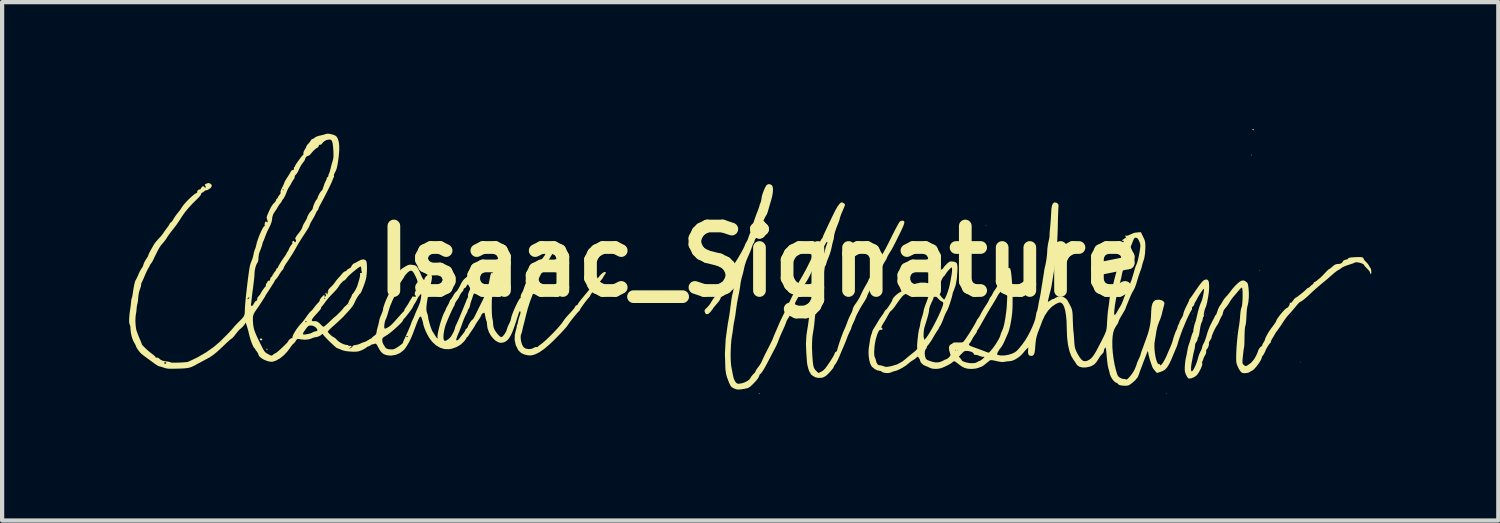
<source format=kicad_pcb>
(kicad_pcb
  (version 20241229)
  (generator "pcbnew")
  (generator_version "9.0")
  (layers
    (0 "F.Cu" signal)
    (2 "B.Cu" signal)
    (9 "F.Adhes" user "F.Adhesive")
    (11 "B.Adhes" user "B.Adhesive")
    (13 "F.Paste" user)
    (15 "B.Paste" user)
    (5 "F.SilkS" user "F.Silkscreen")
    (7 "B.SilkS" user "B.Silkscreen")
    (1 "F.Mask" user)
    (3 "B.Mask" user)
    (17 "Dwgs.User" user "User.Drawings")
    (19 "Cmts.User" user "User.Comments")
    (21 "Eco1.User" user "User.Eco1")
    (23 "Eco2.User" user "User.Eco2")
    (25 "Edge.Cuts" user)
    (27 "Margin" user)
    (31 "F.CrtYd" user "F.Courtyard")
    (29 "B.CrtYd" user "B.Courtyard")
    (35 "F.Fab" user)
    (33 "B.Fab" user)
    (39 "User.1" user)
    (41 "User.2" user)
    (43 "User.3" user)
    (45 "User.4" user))
  (footprint "Isaac_Signature"
    (layer "F.Cu")
    (at 14.89 3.123)
    (property "Reference" "Isaac_Signature" (at 0 0 0) (layer "F.SilkS") (effects (font (size 1.524 1.524) (thickness 0.3))))
    (attr board_only exclude_from_pos_files exclude_from_bom)
    (fp_poly (pts (xy 5.359 -0.85) (xy 5.351 -0.842) (xy 5.343 -0.85) (xy 5.351 -0.857)) (stroke (width 0) (type solid)) (fill yes) (layer "F.SilkS"))
    (fp_poly (pts (xy 9.615 3.116) (xy 9.607 3.123) (xy 9.6 3.116) (xy 9.607 3.108)) (stroke (width 0) (type solid)) (fill yes) (layer "F.SilkS"))
    (fp_poly (pts (xy 10.243 1.232) (xy 10.235 1.24) (xy 10.227 1.232) (xy 10.235 1.225)) (stroke (width 0) (type solid)) (fill yes) (layer "F.SilkS"))
    (fp_poly (pts (xy 10.243 1.416) (xy 10.235 1.424) (xy 10.227 1.416) (xy 10.235 1.409)) (stroke (width 0) (type solid)) (fill yes) (layer "F.SilkS"))
    (fp_poly (pts (xy 10.549 1.232) (xy 10.541 1.24) (xy 10.534 1.232) (xy 10.541 1.225)) (stroke (width 0) (type solid)) (fill yes) (layer "F.SilkS"))
    (fp_poly (pts (xy 10.564 1.278) (xy 10.557 1.286) (xy 10.549 1.278) (xy 10.557 1.271)) (stroke (width 0) (type solid)) (fill yes) (layer "F.SilkS"))
    (fp_poly (pts (xy 11.238 1.676) (xy 11.23 1.684) (xy 11.223 1.676) (xy 11.23 1.669)) (stroke (width 0) (type solid)) (fill yes) (layer "F.SilkS"))
    (fp_poly (pts (xy 11.36 0.697) (xy 11.353 0.704) (xy 11.345 0.697) (xy 11.353 0.689)) (stroke (width 0) (type solid)) (fill yes) (layer "F.SilkS"))
    (fp_poly (pts (xy 11.82 0.222) (xy 11.812 0.23) (xy 11.804 0.222) (xy 11.812 0.214)) (stroke (width 0) (type solid)) (fill yes) (layer "F.SilkS"))
    (fp_poly (pts (xy 12.31 1.171) (xy 12.302 1.179) (xy 12.294 1.171) (xy 12.302 1.164)) (stroke (width 0) (type solid)) (fill yes) (layer "F.SilkS"))
    (fp_poly (pts (xy 12.585 1.248) (xy 12.578 1.255) (xy 12.57 1.248) (xy 12.578 1.24)) (stroke (width 0) (type solid)) (fill yes) (layer "F.SilkS"))
    (fp_poly (pts (xy 12.784 2.381) (xy 12.777 2.388) (xy 12.769 2.381) (xy 12.777 2.373)) (stroke (width 0) (type solid)) (fill yes) (layer "F.SilkS"))
    (fp_poly (pts (xy 0.011 3.114) (xy 0.007 3.121) (xy -0.009 3.122) (xy -0.025 3.118) (xy -0.018 3.113) (xy 0.006 3.111)) (stroke (width 0) (type solid)) (fill yes) (layer "F.SilkS"))
    (fp_poly (pts (xy 11.631 -2.521) (xy 11.633 -2.503) (xy 11.631 -2.501) (xy 11.622 -2.503) (xy 11.621 -2.511) (xy 11.626 -2.524)) (stroke (width 0) (type solid)) (fill yes) (layer "F.SilkS"))
    (fp_poly (pts (xy -11.749 1.832) (xy -11.743 1.845) (xy -11.754 1.864) (xy -11.779 1.867) (xy -11.794 1.858) (xy -11.804 1.836) (xy -11.787 1.823) (xy -11.774 1.822)) (stroke (width 0) (type solid)) (fill yes) (layer "F.SilkS"))
    (fp_poly (pts (xy -11.633 2.061) (xy -11.621 2.081) (xy -11.621 2.083) (xy -11.631 2.097) (xy -11.633 2.098) (xy -11.645 2.085) (xy -11.646 2.075) (xy -11.639 2.06)) (stroke (width 0) (type solid)) (fill yes) (layer "F.SilkS"))
    (fp_poly (pts (xy 11.678 -3.116) (xy 11.682 -3.108) (xy 11.68 -3.095) (xy 11.666 -3.099) (xy 11.651 -3.108) (xy 11.637 -3.12) (xy 11.652 -3.123) (xy 11.655 -3.123)) (stroke (width 0) (type solid)) (fill yes) (layer "F.SilkS"))
    (fp_poly (pts (xy 0.248 -1.821) (xy 0.293 -1.797) (xy 0.294 -1.795) (xy 0.313 -1.76) (xy 0.32 -1.701) (xy 0.315 -1.622) (xy 0.298 -1.528) (xy 0.275 -1.439) (xy 0.252 -1.364) (xy 0.23 -1.287) (xy 0.211 -1.222) (xy 0.206 -1.202) (xy 0.189 -1.149) (xy 0.172 -1.107) (xy 0.16 -1.087) (xy 0.141 -1.058) (xy 0.116 -1.007) (xy 0.086 -0.943) (xy 0.055 -0.871) (xy 0.027 -0.8) (xy 0.012 -0.758) (xy -0.01 -0.699) (xy -0.034 -0.645) (xy -0.049 -0.616) (xy -0.065 -0.585) (xy -0.068 -0.567) (xy -0.066 -0.566) (xy -0.067 -0.56) (xy -0.08 -0.55) (xy -0.1 -0.526) (xy -0.115 -0.486) (xy -0.116 -0.482) (xy -0.126 -0.447) (xy -0.136 -0.429) (xy -0.138 -0.429) (xy -0.149 -0.415) (xy -0.164 -0.38) (xy -0.177 -0.341) (xy -0.196 -0.287) (xy -0.223 -0.218) (xy -0.255 -0.144) (xy -0.271 -0.109) (xy -0.312 -0.012) (xy -0.344 0.087) (xy -0.362 0.159) (xy -0.377 0.231) (xy -0.395 0.305) (xy -0.412 0.364) (xy -0.413 0.367) (xy -0.43 0.431) (xy -0.445 0.506) (xy -0.451 0.551) (xy -0.46 0.616) (xy -0.473 0.695) (xy -0.488 0.772) (xy -0.49 0.781) (xy -0.53 0.987) (xy -0.556 1.167) (xy -0.56 1.202) (xy -0.569 1.268) (xy -0.582 1.344) (xy -0.593 1.401) (xy -0.606 1.467) (xy -0.616 1.532) (xy -0.622 1.577) (xy -0.627 1.623) (xy -0.637 1.689) (xy -0.649 1.761) (xy -0.654 1.791) (xy -0.665 1.873) (xy -0.673 1.972) (xy -0.678 2.081) (xy -0.681 2.193) (xy -0.68 2.3) (xy -0.675 2.395) (xy -0.668 2.471) (xy -0.663 2.496) (xy -0.651 2.557) (xy -0.637 2.631) (xy -0.627 2.687) (xy -0.607 2.769) (xy -0.578 2.834) (xy -0.543 2.876) (xy -0.505 2.893) (xy -0.501 2.893) (xy -0.429 2.884) (xy -0.357 2.862) (xy -0.291 2.83) (xy -0.241 2.794) (xy -0.216 2.759) (xy -0.193 2.721) (xy -0.158 2.679) (xy -0.145 2.665) (xy -0.113 2.632) (xy -0.094 2.604) (xy -0.092 2.596) (xy -0.083 2.574) (xy -0.059 2.538) (xy -0.031 2.501) (xy 0.008 2.448) (xy 0.042 2.391) (xy 0.057 2.358) (xy 0.076 2.315) (xy 0.105 2.254) (xy 0.138 2.185) (xy 0.16 2.143) (xy 0.213 2.039) (xy 0.255 1.956) (xy 0.286 1.893) (xy 0.309 1.843) (xy 0.325 1.804) (xy 0.329 1.791) (xy 0.346 1.749) (xy 0.37 1.693) (xy 0.394 1.638) (xy 0.42 1.579) (xy 0.444 1.523) (xy 0.46 1.485) (xy 0.475 1.449) (xy 0.501 1.393) (xy 0.532 1.328) (xy 0.553 1.286) (xy 0.593 1.205) (xy 0.638 1.111) (xy 0.68 1.021) (xy 0.696 0.988) (xy 0.726 0.923) (xy 0.753 0.867) (xy 0.772 0.827) (xy 0.781 0.811) (xy 0.806 0.766) (xy 0.834 0.706) (xy 0.858 0.647) (xy 0.868 0.619) (xy 0.882 0.586) (xy 0.908 0.535) (xy 0.941 0.473) (xy 0.971 0.42) (xy 1.007 0.358) (xy 1.036 0.307) (xy 1.06 0.263) (xy 1.083 0.222) (xy 1.106 0.178) (xy 1.132 0.128) (xy 1.163 0.065) (xy 1.202 -0.014) (xy 1.251 -0.113) (xy 1.273 -0.157) (xy 1.321 -0.254) (xy 1.367 -0.343) (xy 1.407 -0.42) (xy 1.44 -0.481) (xy 1.463 -0.521) (xy 1.473 -0.536) (xy 1.492 -0.558) (xy 1.494 -0.566) (xy 1.495 -0.573) (xy 1.503 -0.593) (xy 1.518 -0.629) (xy 1.543 -0.684) (xy 1.578 -0.758) (xy 1.623 -0.854) (xy 1.68 -0.974) (xy 1.738 -1.095) (xy 1.796 -1.211) (xy 1.847 -1.299) (xy 1.891 -1.358) (xy 1.926 -1.389) (xy 1.942 -1.393) (xy 1.975 -1.383) (xy 2.005 -1.362) (xy 2.021 -1.339) (xy 2.021 -1.336) (xy 2.015 -1.316) (xy 1.999 -1.275) (xy 1.976 -1.22) (xy 1.96 -1.183) (xy 1.933 -1.12) (xy 1.913 -1.066) (xy 1.9 -1.028) (xy 1.898 -1.016) (xy 1.892 -0.987) (xy 1.877 -0.942) (xy 1.859 -0.896) (xy 1.816 -0.787) (xy 1.785 -0.695) (xy 1.766 -0.624) (xy 1.761 -0.583) (xy 1.755 -0.533) (xy 1.744 -0.495) (xy 1.734 -0.459) (xy 1.72 -0.404) (xy 1.707 -0.341) (xy 1.705 -0.333) (xy 1.688 -0.259) (xy 1.662 -0.174) (xy 1.633 -0.097) (xy 1.63 -0.09) (xy 1.606 -0.031) (xy 1.588 0.019) (xy 1.578 0.053) (xy 1.577 0.06) (xy 1.567 0.092) (xy 1.56 0.103) (xy 1.551 0.114) (xy 1.544 0.13) (xy 1.538 0.157) (xy 1.531 0.203) (xy 1.523 0.26) (xy 1.512 0.317) (xy 1.496 0.372) (xy 1.492 0.383) (xy 1.48 0.42) (xy 1.465 0.478) (xy 1.449 0.548) (xy 1.434 0.622) (xy 1.421 0.692) (xy 1.412 0.748) (xy 1.409 0.782) (xy 1.402 0.806) (xy 1.394 0.811) (xy 1.385 0.823) (xy 1.387 0.834) (xy 1.388 0.858) (xy 1.383 0.904) (xy 1.373 0.961) (xy 1.37 0.975) (xy 1.349 1.071) (xy 1.334 1.149) (xy 1.323 1.217) (xy 1.314 1.287) (xy 1.306 1.369) (xy 1.302 1.409) (xy 1.294 1.493) (xy 1.283 1.578) (xy 1.271 1.653) (xy 1.264 1.692) (xy 1.25 1.788) (xy 1.243 1.909) (xy 1.241 2.047) (xy 1.247 2.198) (xy 1.254 2.297) (xy 1.262 2.388) (xy 1.271 2.455) (xy 1.283 2.503) (xy 1.3 2.54) (xy 1.323 2.571) (xy 1.346 2.594) (xy 1.394 2.639) (xy 1.46 2.607) (xy 1.506 2.578) (xy 1.549 2.535) (xy 1.598 2.471) (xy 1.602 2.465) (xy 1.67 2.364) (xy 1.72 2.285) (xy 1.754 2.227) (xy 1.772 2.189) (xy 1.776 2.172) (xy 1.789 2.148) (xy 1.805 2.14) (xy 1.83 2.118) (xy 1.841 2.08) (xy 1.85 2.042) (xy 1.868 1.982) (xy 1.892 1.909) (xy 1.919 1.829) (xy 1.948 1.751) (xy 1.974 1.681) (xy 1.997 1.627) (xy 2.006 1.607) (xy 2.025 1.565) (xy 2.049 1.505) (xy 2.073 1.442) (xy 2.073 1.439) (xy 2.1 1.37) (xy 2.131 1.3) (xy 2.159 1.246) (xy 2.184 1.195) (xy 2.2 1.149) (xy 2.205 1.125) (xy 2.215 1.092) (xy 2.241 1.043) (xy 2.278 0.991) (xy 2.322 0.927) (xy 2.365 0.854) (xy 2.394 0.793) (xy 2.424 0.728) (xy 2.463 0.652) (xy 2.502 0.582) (xy 2.504 0.579) (xy 2.535 0.526) (xy 2.558 0.483) (xy 2.571 0.456) (xy 2.572 0.451) (xy 2.58 0.43) (xy 2.6 0.395) (xy 2.61 0.38) (xy 2.629 0.349) (xy 2.659 0.295) (xy 2.697 0.226) (xy 2.739 0.147) (xy 2.772 0.082) (xy 2.813 0.003) (xy 2.85 -0.067) (xy 2.879 -0.124) (xy 2.9 -0.162) (xy 2.908 -0.176) (xy 2.925 -0.202) (xy 2.952 -0.25) (xy 2.987 -0.315) (xy 3.026 -0.391) (xy 3.068 -0.472) (xy 3.108 -0.553) (xy 3.137 -0.612) (xy 3.152 -0.641) (xy 3.177 -0.69) (xy 3.208 -0.751) (xy 3.235 -0.802) (xy 3.271 -0.869) (xy 3.297 -0.913) (xy 3.317 -0.939) (xy 3.336 -0.953) (xy 3.357 -0.958) (xy 3.364 -0.959) (xy 3.399 -0.958) (xy 3.418 -0.945) (xy 3.423 -0.916) (xy 3.411 -0.869) (xy 3.384 -0.801) (xy 3.354 -0.737) (xy 3.282 -0.589) (xy 3.218 -0.46) (xy 3.156 -0.34) (xy 3.125 -0.282) (xy 3.111 -0.26) (xy 3.088 -0.223) (xy 3.072 -0.199) (xy 3.043 -0.15) (xy 3.019 -0.103) (xy 3.012 -0.086) (xy 2.995 -0.045) (xy 2.976 -0.015) (xy 2.959 0.01) (xy 2.933 0.056) (xy 2.9 0.118) (xy 2.864 0.188) (xy 2.828 0.26) (xy 2.796 0.328) (xy 2.769 0.385) (xy 2.753 0.424) (xy 2.75 0.435) (xy 2.733 0.473) (xy 2.704 0.519) (xy 2.687 0.541) (xy 2.658 0.577) (xy 2.643 0.604) (xy 2.641 0.613) (xy 2.638 0.631) (xy 2.621 0.667) (xy 2.595 0.713) (xy 2.595 0.713) (xy 2.568 0.762) (xy 2.548 0.804) (xy 2.542 0.828) (xy 2.533 0.851) (xy 2.512 0.893) (xy 2.481 0.945) (xy 2.463 0.972) (xy 2.427 1.029) (xy 2.388 1.095) (xy 2.35 1.164) (xy 2.315 1.229) (xy 2.288 1.285) (xy 2.27 1.325) (xy 2.266 1.342) (xy 2.259 1.361) (xy 2.242 1.4) (xy 2.22 1.447) (xy 2.197 1.497) (xy 2.18 1.537) (xy 2.174 1.558) (xy 2.168 1.582) (xy 2.151 1.623) (xy 2.134 1.657) (xy 2.105 1.719) (xy 2.077 1.785) (xy 2.067 1.813) (xy 2.047 1.867) (xy 2.02 1.934) (xy 1.992 2.001) (xy 1.99 2.006) (xy 1.959 2.076) (xy 1.924 2.16) (xy 1.891 2.239) (xy 1.885 2.253) (xy 1.856 2.318) (xy 1.826 2.376) (xy 1.8 2.419) (xy 1.792 2.43) (xy 1.769 2.459) (xy 1.759 2.476) (xy 1.759 2.478) (xy 1.756 2.495) (xy 1.736 2.527) (xy 1.703 2.569) (xy 1.663 2.615) (xy 1.621 2.659) (xy 1.582 2.695) (xy 1.55 2.719) (xy 1.535 2.725) (xy 1.517 2.733) (xy 1.516 2.737) (xy 1.502 2.744) (xy 1.466 2.75) (xy 1.431 2.753) (xy 1.369 2.751) (xy 1.319 2.738) (xy 1.278 2.716) (xy 1.239 2.69) (xy 1.214 2.667) (xy 1.21 2.657) (xy 1.199 2.631) (xy 1.188 2.619) (xy 1.175 2.596) (xy 1.159 2.553) (xy 1.144 2.499) (xy 1.131 2.443) (xy 1.123 2.394) (xy 1.121 2.373) (xy 1.12 2.35) (xy 1.117 2.303) (xy 1.112 2.238) (xy 1.107 2.162) (xy 1.106 2.151) (xy 1.098 1.945) (xy 1.109 1.749) (xy 1.132 1.6) (xy 1.14 1.554) (xy 1.15 1.487) (xy 1.161 1.408) (xy 1.17 1.332) (xy 1.183 1.239) (xy 1.198 1.139) (xy 1.214 1.044) (xy 1.225 0.988) (xy 1.24 0.911) (xy 1.255 0.836) (xy 1.267 0.773) (xy 1.272 0.75) (xy 1.285 0.687) (xy 1.301 0.622) (xy 1.308 0.597) (xy 1.32 0.547) (xy 1.334 0.481) (xy 1.346 0.411) (xy 1.346 0.406) (xy 1.37 0.273) (xy 1.398 0.156) (xy 1.43 0.061) (xy 1.439 0.038) (xy 1.487 -0.073) (xy 1.521 -0.165) (xy 1.544 -0.245) (xy 1.548 -0.26) (xy 1.562 -0.318) (xy 1.579 -0.372) (xy 1.587 -0.394) (xy 1.603 -0.434) (xy 1.606 -0.453) (xy 1.598 -0.459) (xy 1.593 -0.459) (xy 1.58 -0.447) (xy 1.558 -0.413) (xy 1.533 -0.365) (xy 1.53 -0.36) (xy 1.503 -0.308) (xy 1.478 -0.267) (xy 1.461 -0.244) (xy 1.46 -0.243) (xy 1.442 -0.218) (xy 1.439 -0.207) (xy 1.433 -0.18) (xy 1.417 -0.14) (xy 1.398 -0.095) (xy 1.378 -0.058) (xy 1.364 -0.039) (xy 1.364 -0.039) (xy 1.353 -0.023) (xy 1.334 0.017) (xy 1.308 0.074) (xy 1.278 0.143) (xy 1.269 0.164) (xy 1.231 0.249) (xy 1.19 0.334) (xy 1.149 0.412) (xy 1.114 0.471) (xy 1.114 0.471) (xy 1.081 0.522) (xy 1.056 0.563) (xy 1.042 0.587) (xy 1.041 0.59) (xy 1.033 0.606) (xy 1.014 0.639) (xy 1.004 0.655) (xy 0.978 0.701) (xy 0.959 0.746) (xy 0.956 0.756) (xy 0.942 0.792) (xy 0.918 0.842) (xy 0.894 0.885) (xy 0.867 0.932) (xy 0.848 0.969) (xy 0.842 0.989) (xy 0.836 1.015) (xy 0.819 1.058) (xy 0.797 1.107) (xy 0.774 1.153) (xy 0.754 1.187) (xy 0.745 1.198) (xy 0.736 1.208) (xy 0.739 1.209) (xy 0.74 1.221) (xy 0.729 1.251) (xy 0.711 1.289) (xy 0.689 1.329) (xy 0.669 1.359) (xy 0.666 1.363) (xy 0.649 1.392) (xy 0.632 1.435) (xy 0.628 1.447) (xy 0.613 1.487) (xy 0.589 1.546) (xy 0.559 1.613) (xy 0.541 1.652) (xy 0.51 1.721) (xy 0.48 1.789) (xy 0.458 1.846) (xy 0.45 1.868) (xy 0.43 1.92) (xy 0.402 1.984) (xy 0.375 2.038) (xy 0.348 2.089) (xy 0.311 2.159) (xy 0.27 2.239) (xy 0.228 2.32) (xy 0.224 2.328) (xy 0.169 2.432) (xy 0.12 2.521) (xy 0.077 2.59) (xy 0.044 2.638) (xy 0.021 2.662) (xy 0.015 2.664) (xy 0.004 2.677) (xy -0.008 2.71) (xy -0.008 2.713) (xy -0.028 2.755) (xy -0.071 2.812) (xy -0.131 2.876) (xy -0.183 2.928) (xy -0.221 2.962) (xy -0.253 2.983) (xy -0.287 2.997) (xy -0.331 3.007) (xy -0.347 3.01) (xy -0.429 3.024) (xy -0.49 3.029) (xy -0.538 3.025) (xy -0.583 3.011) (xy -0.612 2.997) (xy -0.644 2.979) (xy -0.668 2.959) (xy -0.688 2.93) (xy -0.71 2.886) (xy -0.736 2.821) (xy -0.768 2.736) (xy -0.788 2.662) (xy -0.8 2.583) (xy -0.805 2.53) (xy -0.816 2.186) (xy -0.798 1.838) (xy -0.75 1.49) (xy -0.741 1.439) (xy -0.727 1.362) (xy -0.713 1.281) (xy -0.703 1.212) (xy -0.702 1.206) (xy -0.688 1.097) (xy -0.677 1.015) (xy -0.669 0.953) (xy -0.663 0.907) (xy -0.657 0.872) (xy -0.653 0.843) (xy -0.651 0.834) (xy -0.642 0.789) (xy -0.633 0.755) (xy -0.631 0.75) (xy -0.622 0.715) (xy -0.62 0.697) (xy -0.615 0.667) (xy -0.604 0.618) (xy -0.59 0.562) (xy -0.578 0.509) (xy -0.571 0.469) (xy -0.571 0.449) (xy -0.572 0.449) (xy -0.573 0.43) (xy -0.564 0.4) (xy -0.552 0.357) (xy -0.543 0.306) (xy -0.543 0.3) (xy -0.54 0.263) (xy -0.543 0.251) (xy -0.558 0.26) (xy -0.567 0.269) (xy -0.585 0.291) (xy -0.613 0.335) (xy -0.651 0.395) (xy -0.693 0.467) (xy -0.738 0.545) (xy -0.782 0.624) (xy -0.822 0.699) (xy -0.847 0.748) (xy -0.871 0.79) (xy -0.892 0.822) (xy -0.896 0.827) (xy -0.916 0.86) (xy -0.926 0.888) (xy -0.941 0.919) (xy -0.971 0.962) (xy -1.004 1) (xy -1.047 1.049) (xy -1.087 1.099) (xy -1.108 1.13) (xy -1.157 1.196) (xy -1.202 1.237) (xy -1.24 1.251) (xy -1.271 1.239) (xy -1.291 1.199) (xy -1.297 1.17) (xy -1.291 1.146) (xy -1.269 1.119) (xy -1.243 1.096) (xy -1.199 1.049) (xy -1.16 0.997) (xy -1.148 0.975) (xy -1.117 0.924) (xy -1.083 0.874) (xy -1.074 0.864) (xy -1.027 0.801) (xy -0.973 0.714) (xy -0.914 0.608) (xy -0.9 0.582) (xy -0.875 0.533) (xy -0.853 0.493) (xy -0.842 0.475) (xy -0.827 0.448) (xy -0.806 0.406) (xy -0.791 0.375) (xy -0.757 0.305) (xy -0.729 0.253) (xy -0.702 0.21) (xy -0.67 0.166) (xy -0.665 0.16) (xy -0.619 0.096) (xy -0.567 0.019) (xy -0.513 -0.066) (xy -0.462 -0.153) (xy -0.415 -0.236) (xy -0.377 -0.308) (xy -0.351 -0.364) (xy -0.344 -0.383) (xy -0.327 -0.425) (xy -0.306 -0.459) (xy -0.283 -0.501) (xy -0.269 -0.536) (xy -0.257 -0.574) (xy -0.239 -0.623) (xy -0.231 -0.643) (xy -0.214 -0.687) (xy -0.193 -0.751) (xy -0.169 -0.824) (xy -0.154 -0.873) (xy -0.127 -0.957) (xy -0.096 -1.048) (xy -0.065 -1.132) (xy -0.052 -1.164) (xy -0.029 -1.224) (xy -0.011 -1.274) (xy -0.001 -1.307) (xy 0 -1.314) (xy 0.007 -1.341) (xy 0.022 -1.376) (xy 0.037 -1.42) (xy 0.047 -1.474) (xy 0.048 -1.487) (xy 0.057 -1.538) (xy 0.077 -1.605) (xy 0.104 -1.677) (xy 0.133 -1.742) (xy 0.161 -1.791) (xy 0.167 -1.799) (xy 0.203 -1.822)) (stroke (width 0) (type solid)) (fill yes) (layer "F.SilkS"))
    (fp_poly (pts (xy 7.008 -1.387) (xy 7.037 -1.371) (xy 7.056 -1.352) (xy 7.064 -1.323) (xy 7.062 -1.276) (xy 7.06 -1.235) (xy 7.057 -1.171) (xy 7.054 -1.09) (xy 7.051 -1.001) (xy 7.05 -0.949) (xy 7.046 -0.771) (xy 7.04 -0.611) (xy 7.034 -0.471) (xy 7.027 -0.356) (xy 7.019 -0.268) (xy 7.019 -0.268) (xy 7.014 -0.209) (xy 7.011 -0.156) (xy 7.01 -0.13) (xy 7.007 -0.094) (xy 7.001 -0.038) (xy 6.991 0.027) (xy 6.988 0.046) (xy 6.978 0.105) (xy 6.965 0.183) (xy 6.95 0.272) (xy 6.935 0.363) (xy 6.921 0.45) (xy 6.909 0.524) (xy 6.9 0.578) (xy 6.898 0.589) (xy 6.893 0.617) (xy 6.881 0.666) (xy 6.865 0.729) (xy 6.853 0.776) (xy 6.837 0.842) (xy 6.823 0.898) (xy 6.815 0.937) (xy 6.813 0.95) (xy 6.824 0.953) (xy 6.85 0.939) (xy 6.868 0.927) (xy 6.902 0.903) (xy 6.926 0.893) (xy 6.931 0.893) (xy 6.947 0.89) (xy 6.977 0.873) (xy 6.989 0.864) (xy 7.051 0.835) (xy 7.12 0.829) (xy 7.187 0.846) (xy 7.244 0.884) (xy 7.275 0.923) (xy 7.317 1) (xy 7.348 1.058) (xy 7.369 1.105) (xy 7.383 1.148) (xy 7.392 1.195) (xy 7.397 1.253) (xy 7.4 1.328) (xy 7.402 1.401) (xy 7.406 1.487) (xy 7.409 1.562) (xy 7.413 1.621) (xy 7.416 1.658) (xy 7.418 1.669) (xy 7.421 1.687) (xy 7.425 1.73) (xy 7.429 1.789) (xy 7.433 1.846) (xy 7.439 1.938) (xy 7.447 2.008) (xy 7.46 2.065) (xy 7.48 2.117) (xy 7.508 2.174) (xy 7.515 2.186) (xy 7.564 2.268) (xy 7.608 2.323) (xy 7.65 2.353) (xy 7.695 2.36) (xy 7.744 2.348) (xy 7.756 2.343) (xy 7.797 2.321) (xy 7.834 2.292) (xy 7.87 2.253) (xy 7.908 2.199) (xy 7.951 2.127) (xy 8.002 2.032) (xy 8.025 1.987) (xy 8.079 1.883) (xy 8.12 1.801) (xy 8.151 1.737) (xy 8.173 1.685) (xy 8.189 1.641) (xy 8.198 1.599) (xy 8.204 1.554) (xy 8.208 1.502) (xy 8.211 1.438) (xy 8.212 1.424) (xy 8.217 1.337) (xy 8.224 1.253) (xy 8.226 1.23) (xy 8.379 1.23) (xy 8.383 1.263) (xy 8.397 1.267) (xy 8.419 1.241) (xy 8.448 1.193) (xy 8.479 1.137) (xy 8.512 1.082) (xy 8.527 1.059) (xy 8.552 1.012) (xy 8.578 0.952) (xy 8.592 0.912) (xy 8.615 0.85) (xy 8.645 0.778) (xy 8.675 0.714) (xy 8.732 0.588) (xy 8.788 0.441) (xy 8.838 0.281) (xy 8.866 0.177) (xy 8.882 0.127) (xy 8.901 0.083) (xy 8.904 0.078) (xy 8.921 0.035) (xy 8.94 -0.032) (xy 8.96 -0.119) (xy 8.979 -0.219) (xy 8.989 -0.285) (xy 8.997 -0.346) (xy 8.997 -0.388) (xy 8.989 -0.426) (xy 8.972 -0.47) (xy 8.971 -0.473) (xy 8.949 -0.516) (xy 8.929 -0.544) (xy 8.918 -0.551) (xy 8.885 -0.556) (xy 8.877 -0.559) (xy 8.859 -0.55) (xy 8.837 -0.513) (xy 8.829 -0.494) (xy 8.806 -0.436) (xy 8.78 -0.37) (xy 8.766 -0.337) (xy 8.734 -0.251) (xy 8.705 -0.154) (xy 8.689 -0.083) (xy 8.68 -0.054) (xy 8.664 -0.005) (xy 8.643 0.051) (xy 8.642 0.055) (xy 8.613 0.134) (xy 8.592 0.194) (xy 8.577 0.242) (xy 8.566 0.286) (xy 8.558 0.329) (xy 8.545 0.391) (xy 8.528 0.46) (xy 8.52 0.49) (xy 8.466 0.691) (xy 8.425 0.872) (xy 8.397 1.037) (xy 8.382 1.167) (xy 8.379 1.23) (xy 8.226 1.23) (xy 8.231 1.18) (xy 8.238 1.127) (xy 8.239 1.125) (xy 8.248 1.062) (xy 8.259 0.986) (xy 8.267 0.911) (xy 8.267 0.911) (xy 8.277 0.838) (xy 8.292 0.765) (xy 8.309 0.706) (xy 8.309 0.704) (xy 8.325 0.655) (xy 8.344 0.585) (xy 8.365 0.506) (xy 8.381 0.436) (xy 8.405 0.344) (xy 8.434 0.241) (xy 8.464 0.145) (xy 8.483 0.092) (xy 8.508 0.022) (xy 8.53 -0.042) (xy 8.546 -0.092) (xy 8.553 -0.115) (xy 8.566 -0.159) (xy 8.586 -0.211) (xy 8.591 -0.222) (xy 8.606 -0.262) (xy 8.616 -0.302) (xy 8.62 -0.334) (xy 8.617 -0.35) (xy 8.61 -0.347) (xy 8.592 -0.346) (xy 8.571 -0.363) (xy 8.559 -0.389) (xy 8.559 -0.395) (xy 8.568 -0.422) (xy 8.592 -0.455) (xy 8.593 -0.455) (xy 8.612 -0.479) (xy 8.608 -0.484) (xy 8.602 -0.482) (xy 8.576 -0.482) (xy 8.567 -0.489) (xy 8.572 -0.505) (xy 8.596 -0.52) (xy 8.625 -0.538) (xy 8.635 -0.555) (xy 8.64 -0.564) (xy 8.65 -0.551) (xy 8.663 -0.537) (xy 8.665 -0.546) (xy 8.656 -0.57) (xy 8.649 -0.584) (xy 8.64 -0.606) (xy 8.652 -0.609) (xy 8.664 -0.605) (xy 8.703 -0.608) (xy 8.759 -0.633) (xy 8.767 -0.637) (xy 8.849 -0.672) (xy 8.924 -0.683) (xy 9.01 -0.688) (xy 9.064 -0.577) (xy 9.09 -0.521) (xy 9.106 -0.476) (xy 9.113 -0.432) (xy 9.116 -0.376) (xy 9.116 -0.329) (xy 9.108 -0.186) (xy 9.089 -0.068) (xy 9.064 0.008) (xy 9.048 0.057) (xy 9.038 0.1) (xy 9.028 0.139) (xy 9.011 0.193) (xy 8.995 0.237) (xy 8.97 0.306) (xy 8.945 0.381) (xy 8.933 0.421) (xy 8.898 0.539) (xy 8.865 0.628) (xy 8.834 0.687) (xy 8.833 0.689) (xy 8.81 0.728) (xy 8.785 0.778) (xy 8.78 0.788) (xy 8.734 0.895) (xy 8.698 0.983) (xy 8.671 1.049) (xy 8.655 1.091) (xy 8.65 1.107) (xy 8.643 1.125) (xy 8.623 1.163) (xy 8.593 1.215) (xy 8.566 1.26) (xy 8.531 1.319) (xy 8.503 1.372) (xy 8.486 1.41) (xy 8.482 1.424) (xy 8.473 1.454) (xy 8.452 1.489) (xy 8.427 1.525) (xy 8.398 1.575) (xy 8.382 1.605) (xy 8.358 1.677) (xy 8.342 1.773) (xy 8.335 1.888) (xy 8.336 2.017) (xy 8.346 2.155) (xy 8.364 2.298) (xy 8.389 2.44) (xy 8.422 2.576) (xy 8.426 2.588) (xy 8.445 2.652) (xy 8.461 2.693) (xy 8.479 2.72) (xy 8.502 2.74) (xy 8.522 2.752) (xy 8.569 2.773) (xy 8.608 2.78) (xy 8.615 2.779) (xy 8.644 2.78) (xy 8.654 2.79) (xy 8.667 2.795) (xy 8.693 2.78) (xy 8.727 2.747) (xy 8.766 2.703) (xy 8.804 2.652) (xy 8.838 2.599) (xy 8.859 2.56) (xy 8.883 2.505) (xy 8.901 2.46) (xy 8.91 2.432) (xy 8.911 2.429) (xy 8.917 2.406) (xy 8.934 2.364) (xy 8.957 2.314) (xy 8.98 2.265) (xy 8.996 2.225) (xy 9.003 2.204) (xy 9.003 2.204) (xy 9.007 2.182) (xy 9.02 2.142) (xy 9.032 2.109) (xy 9.048 2.065) (xy 9.072 2) (xy 9.1 1.922) (xy 9.131 1.839) (xy 9.139 1.817) (xy 9.181 1.692) (xy 9.212 1.579) (xy 9.233 1.467) (xy 9.246 1.345) (xy 9.253 1.204) (xy 9.253 1.191) (xy 9.261 1.084) (xy 9.28 1.003) (xy 9.31 0.949) (xy 9.352 0.917) (xy 9.376 0.91) (xy 9.448 0.907) (xy 9.509 0.923) (xy 9.547 0.95) (xy 9.561 0.968) (xy 9.566 0.987) (xy 9.562 1.017) (xy 9.55 1.066) (xy 9.547 1.075) (xy 9.53 1.141) (xy 9.513 1.209) (xy 9.505 1.248) (xy 9.489 1.301) (xy 9.466 1.368) (xy 9.439 1.432) (xy 9.396 1.556) (xy 9.372 1.676) (xy 9.362 1.745) (xy 9.351 1.809) (xy 9.343 1.857) (xy 9.341 1.868) (xy 9.331 1.932) (xy 9.329 2.008) (xy 9.333 2.09) (xy 9.342 2.173) (xy 9.355 2.253) (xy 9.372 2.323) (xy 9.391 2.38) (xy 9.412 2.417) (xy 9.433 2.43) (xy 9.439 2.429) (xy 9.458 2.431) (xy 9.462 2.445) (xy 9.466 2.459) (xy 9.481 2.452) (xy 9.499 2.435) (xy 9.53 2.397) (xy 9.566 2.335) (xy 9.606 2.257) (xy 9.638 2.182) (xy 9.654 2.145) (xy 9.677 2.091) (xy 9.703 2.032) (xy 9.704 2.029) (xy 9.729 1.97) (xy 9.749 1.915) (xy 9.761 1.877) (xy 9.761 1.876) (xy 9.777 1.816) (xy 9.798 1.75) (xy 9.821 1.688) (xy 9.841 1.639) (xy 9.853 1.617) (xy 9.871 1.579) (xy 9.876 1.554) (xy 9.885 1.517) (xy 9.899 1.494) (xy 9.917 1.461) (xy 9.921 1.44) (xy 9.93 1.414) (xy 9.951 1.375) (xy 9.967 1.349) (xy 9.994 1.302) (xy 10.01 1.258) (xy 10.013 1.24) (xy 10.02 1.21) (xy 10.038 1.161) (xy 10.065 1.099) (xy 10.089 1.051) (xy 10.119 0.992) (xy 10.141 0.943) (xy 10.153 0.912) (xy 10.154 0.903) (xy 10.153 0.896) (xy 10.159 0.892) (xy 10.175 0.874) (xy 10.201 0.838) (xy 10.231 0.796) (xy 10.304 0.689) (xy 10.362 0.606) (xy 10.409 0.542) (xy 10.446 0.496) (xy 10.476 0.464) (xy 10.502 0.444) (xy 10.526 0.434) (xy 10.55 0.43) (xy 10.561 0.429) (xy 10.589 0.438) (xy 10.609 0.466) (xy 10.619 0.517) (xy 10.622 0.594) (xy 10.621 0.658) (xy 10.615 0.725) (xy 10.605 0.802) (xy 10.591 0.884) (xy 10.576 0.962) (xy 10.56 1.028) (xy 10.545 1.077) (xy 10.536 1.094) (xy 10.523 1.126) (xy 10.51 1.174) (xy 10.5 1.223) (xy 10.497 1.262) (xy 10.499 1.271) (xy 10.497 1.299) (xy 10.489 1.308) (xy 10.477 1.33) (xy 10.472 1.36) (xy 10.463 1.405) (xy 10.447 1.438) (xy 10.434 1.469) (xy 10.42 1.524) (xy 10.407 1.593) (xy 10.402 1.628) (xy 10.392 1.694) (xy 10.381 1.746) (xy 10.372 1.78) (xy 10.366 1.789) (xy 10.354 1.806) (xy 10.35 1.836) (xy 10.339 1.878) (xy 10.319 1.906) (xy 10.294 1.949) (xy 10.289 1.988) (xy 10.284 2.041) (xy 10.274 2.089) (xy 10.267 2.114) (xy 10.259 2.145) (xy 10.25 2.188) (xy 10.238 2.247) (xy 10.223 2.327) (xy 10.207 2.409) (xy 10.197 2.481) (xy 10.194 2.541) (xy 10.198 2.583) (xy 10.21 2.602) (xy 10.213 2.603) (xy 10.23 2.589) (xy 10.254 2.554) (xy 10.281 2.502) (xy 10.308 2.442) (xy 10.332 2.379) (xy 10.349 2.325) (xy 10.37 2.246) (xy 10.391 2.187) (xy 10.414 2.136) (xy 10.434 2.098) (xy 10.451 2.058) (xy 10.457 2.029) (xy 10.465 1.996) (xy 10.484 1.954) (xy 10.49 1.944) (xy 10.512 1.9) (xy 10.534 1.841) (xy 10.55 1.791) (xy 10.591 1.654) (xy 10.639 1.534) (xy 10.698 1.416) (xy 10.701 1.41) (xy 10.729 1.357) (xy 10.751 1.314) (xy 10.762 1.289) (xy 10.763 1.285) (xy 10.775 1.27) (xy 10.779 1.268) (xy 10.791 1.251) (xy 10.806 1.214) (xy 10.816 1.182) (xy 10.836 1.125) (xy 10.862 1.072) (xy 10.875 1.052) (xy 10.907 1.005) (xy 10.938 0.952) (xy 10.943 0.942) (xy 10.976 0.89) (xy 11.016 0.842) (xy 11.024 0.834) (xy 11.062 0.793) (xy 11.103 0.742) (xy 11.12 0.72) (xy 11.17 0.654) (xy 11.226 0.589) (xy 11.284 0.532) (xy 11.336 0.487) (xy 11.378 0.461) (xy 11.384 0.459) (xy 11.422 0.451) (xy 11.454 0.457) (xy 11.487 0.476) (xy 11.511 0.494) (xy 11.527 0.513) (xy 11.538 0.54) (xy 11.546 0.583) (xy 11.554 0.648) (xy 11.561 0.753) (xy 11.559 0.86) (xy 11.549 0.962) (xy 11.532 1.046) (xy 11.526 1.064) (xy 11.519 1.097) (xy 11.512 1.153) (xy 11.507 1.224) (xy 11.503 1.301) (xy 11.499 1.377) (xy 11.493 1.444) (xy 11.486 1.495) (xy 11.478 1.523) (xy 11.478 1.523) (xy 11.471 1.551) (xy 11.465 1.606) (xy 11.461 1.682) (xy 11.458 1.775) (xy 11.458 1.786) (xy 11.457 1.868) (xy 11.455 1.939) (xy 11.452 1.993) (xy 11.449 2.025) (xy 11.448 2.031) (xy 11.443 2.052) (xy 11.436 2.095) (xy 11.429 2.154) (xy 11.422 2.22) (xy 11.415 2.286) (xy 11.411 2.344) (xy 11.409 2.387) (xy 11.409 2.404) (xy 11.424 2.43) (xy 11.448 2.454) (xy 11.474 2.472) (xy 11.497 2.472) (xy 11.527 2.458) (xy 11.61 2.4) (xy 11.682 2.316) (xy 11.727 2.24) (xy 11.75 2.19) (xy 11.767 2.151) (xy 11.774 2.13) (xy 11.774 2.13) (xy 11.782 2.102) (xy 11.803 2.065) (xy 11.828 2.031) (xy 11.852 2.009) (xy 11.86 2.006) (xy 11.876 1.999) (xy 11.874 1.992) (xy 11.877 1.972) (xy 11.894 1.939) (xy 11.904 1.923) (xy 11.928 1.883) (xy 11.941 1.851) (xy 11.942 1.844) (xy 11.95 1.816) (xy 11.972 1.77) (xy 12.002 1.715) (xy 12.037 1.656) (xy 12.073 1.604) (xy 12.087 1.585) (xy 12.143 1.511) (xy 12.183 1.454) (xy 12.205 1.415) (xy 12.208 1.404) (xy 12.22 1.376) (xy 12.248 1.333) (xy 12.285 1.282) (xy 12.329 1.228) (xy 12.373 1.177) (xy 12.413 1.136) (xy 12.444 1.109) (xy 12.458 1.102) (xy 12.481 1.09) (xy 12.504 1.059) (xy 12.523 1.021) (xy 12.53 0.988) (xy 12.529 0.982) (xy 12.525 0.966) (xy 12.536 0.977) (xy 12.536 0.978) (xy 12.549 0.986) (xy 12.567 0.974) (xy 12.594 0.94) (xy 12.602 0.929) (xy 12.632 0.89) (xy 12.658 0.864) (xy 12.67 0.857) (xy 12.688 0.848) (xy 12.722 0.824) (xy 12.768 0.789) (xy 12.817 0.749) (xy 12.865 0.709) (xy 12.904 0.674) (xy 12.929 0.649) (xy 12.935 0.642) (xy 12.952 0.629) (xy 12.961 0.628) (xy 12.985 0.616) (xy 13.002 0.6) (xy 13.031 0.57) (xy 13.056 0.553) (xy 13.082 0.531) (xy 13.09 0.512) (xy 13.101 0.492) (xy 13.11 0.49) (xy 13.133 0.48) (xy 13.165 0.457) (xy 13.167 0.455) (xy 13.201 0.426) (xy 13.229 0.405) (xy 13.229 0.405) (xy 13.249 0.388) (xy 13.284 0.354) (xy 13.328 0.309) (xy 13.354 0.281) (xy 13.398 0.235) (xy 13.434 0.2) (xy 13.457 0.181) (xy 13.463 0.179) (xy 13.477 0.173) (xy 13.505 0.151) (xy 13.533 0.126) (xy 13.58 0.087) (xy 13.622 0.068) (xy 13.651 0.064) (xy 13.71 0.059) (xy 13.747 0.045) (xy 13.771 0.02) (xy 13.777 0.008) (xy 13.801 -0.022) (xy 13.845 -0.038) (xy 13.854 -0.04) (xy 13.895 -0.051) (xy 13.908 -0.066) (xy 13.908 -0.068) (xy 13.913 -0.078) (xy 13.941 -0.086) (xy 13.994 -0.093) (xy 14.05 -0.097) (xy 14.141 -0.101) (xy 14.204 -0.1) (xy 14.244 -0.093) (xy 14.265 -0.079) (xy 14.269 -0.064) (xy 14.28 -0.041) (xy 14.307 -0.007) (xy 14.329 0.015) (xy 14.365 0.053) (xy 14.391 0.088) (xy 14.398 0.103) (xy 14.417 0.138) (xy 14.431 0.154) (xy 14.443 0.175) (xy 14.45 0.209) (xy 14.453 0.248) (xy 14.452 0.281) (xy 14.444 0.299) (xy 14.438 0.299) (xy 14.424 0.277) (xy 14.422 0.263) (xy 14.412 0.239) (xy 14.384 0.204) (xy 14.353 0.171) (xy 14.317 0.134) (xy 14.292 0.105) (xy 14.285 0.091) (xy 14.271 0.071) (xy 14.236 0.052) (xy 14.188 0.036) (xy 14.138 0.025) (xy 14.093 0.022) (xy 14.064 0.029) (xy 14.063 0.03) (xy 14.04 0.042) (xy 13.995 0.058) (xy 13.938 0.077) (xy 13.918 0.083) (xy 13.855 0.104) (xy 13.801 0.126) (xy 13.765 0.145) (xy 13.759 0.15) (xy 13.722 0.178) (xy 13.677 0.205) (xy 13.672 0.207) (xy 13.634 0.231) (xy 13.585 0.269) (xy 13.534 0.312) (xy 13.53 0.316) (xy 13.481 0.359) (xy 13.418 0.414) (xy 13.348 0.473) (xy 13.293 0.518) (xy 13.22 0.579) (xy 13.142 0.647) (xy 13.069 0.712) (xy 13.027 0.752) (xy 12.951 0.824) (xy 12.884 0.882) (xy 12.83 0.925) (xy 12.792 0.95) (xy 12.777 0.955) (xy 12.759 0.966) (xy 12.73 0.994) (xy 12.71 1.017) (xy 12.63 1.113) (xy 12.566 1.188) (xy 12.512 1.249) (xy 12.493 1.269) (xy 12.456 1.313) (xy 12.414 1.37) (xy 12.382 1.417) (xy 12.304 1.536) (xy 12.229 1.64) (xy 12.214 1.66) (xy 12.188 1.696) (xy 12.171 1.727) (xy 12.17 1.729) (xy 12.155 1.757) (xy 12.131 1.797) (xy 12.12 1.813) (xy 12.096 1.855) (xy 12.081 1.891) (xy 12.08 1.901) (xy 12.074 1.924) (xy 12.066 1.929) (xy 12.052 1.941) (xy 12.03 1.972) (xy 12.003 2.014) (xy 11.978 2.058) (xy 11.958 2.096) (xy 11.95 2.12) (xy 11.95 2.12) (xy 11.941 2.142) (xy 11.94 2.144) (xy 11.927 2.164) (xy 11.924 2.173) (xy 11.91 2.2) (xy 11.892 2.223) (xy 11.872 2.253) (xy 11.866 2.274) (xy 11.856 2.308) (xy 11.831 2.356) (xy 11.795 2.411) (xy 11.753 2.467) (xy 11.71 2.519) (xy 11.67 2.56) (xy 11.638 2.584) (xy 11.626 2.587) (xy 11.603 2.598) (xy 11.591 2.609) (xy 11.562 2.626) (xy 11.514 2.638) (xy 11.46 2.643) (xy 11.413 2.638) (xy 11.403 2.635) (xy 11.371 2.611) (xy 11.337 2.562) (xy 11.312 2.516) (xy 11.286 2.46) (xy 11.271 2.414) (xy 11.263 2.366) (xy 11.261 2.303) (xy 11.261 2.282) (xy 11.263 2.164) (xy 11.27 2.03) (xy 11.281 1.89) (xy 11.295 1.752) (xy 11.311 1.626) (xy 11.328 1.522) (xy 11.329 1.517) (xy 11.337 1.464) (xy 11.346 1.393) (xy 11.353 1.315) (xy 11.355 1.28) (xy 11.362 1.202) (xy 11.372 1.139) (xy 11.383 1.098) (xy 11.387 1.091) (xy 11.396 1.064) (xy 11.403 1.015) (xy 11.408 0.952) (xy 11.412 0.881) (xy 11.413 0.808) (xy 11.413 0.739) (xy 11.41 0.68) (xy 11.404 0.639) (xy 11.396 0.62) (xy 11.395 0.62) (xy 11.376 0.631) (xy 11.346 0.66) (xy 11.314 0.697) (xy 11.271 0.749) (xy 11.226 0.802) (xy 11.2 0.831) (xy 11.162 0.879) (xy 11.122 0.937) (xy 11.103 0.969) (xy 11.071 1.02) (xy 11.038 1.066) (xy 11.02 1.087) (xy 10.969 1.152) (xy 10.948 1.214) (xy 10.947 1.226) (xy 10.937 1.265) (xy 10.925 1.285) (xy 10.908 1.312) (xy 10.886 1.357) (xy 10.87 1.393) (xy 10.849 1.443) (xy 10.828 1.484) (xy 10.817 1.5) (xy 10.796 1.531) (xy 10.769 1.579) (xy 10.74 1.635) (xy 10.714 1.693) (xy 10.694 1.742) (xy 10.684 1.776) (xy 10.683 1.783) (xy 10.676 1.814) (xy 10.654 1.853) (xy 10.646 1.864) (xy 10.624 1.901) (xy 10.615 1.931) (xy 10.616 1.937) (xy 10.617 1.97) (xy 10.605 2.014) (xy 10.585 2.055) (xy 10.567 2.076) (xy 10.551 2.105) (xy 10.553 2.128) (xy 10.55 2.171) (xy 10.525 2.222) (xy 10.502 2.261) (xy 10.489 2.292) (xy 10.487 2.3) (xy 10.48 2.327) (xy 10.465 2.358) (xy 10.453 2.395) (xy 10.46 2.415) (xy 10.461 2.438) (xy 10.449 2.479) (xy 10.427 2.531) (xy 10.399 2.587) (xy 10.368 2.64) (xy 10.337 2.683) (xy 10.322 2.698) (xy 10.269 2.735) (xy 10.206 2.761) (xy 10.148 2.771) (xy 10.123 2.758) (xy 10.095 2.717) (xy 10.081 2.688) (xy 10.061 2.642) (xy 10.05 2.602) (xy 10.046 2.557) (xy 10.047 2.494) (xy 10.048 2.478) (xy 10.054 2.408) (xy 10.062 2.34) (xy 10.072 2.287) (xy 10.073 2.281) (xy 10.086 2.227) (xy 10.099 2.161) (xy 10.107 2.113) (xy 10.118 2.053) (xy 10.132 1.998) (xy 10.142 1.967) (xy 10.155 1.931) (xy 10.173 1.875) (xy 10.192 1.812) (xy 10.196 1.799) (xy 10.213 1.742) (xy 10.229 1.698) (xy 10.24 1.674) (xy 10.243 1.672) (xy 10.251 1.656) (xy 10.249 1.648) (xy 10.249 1.625) (xy 10.256 1.583) (xy 10.267 1.533) (xy 10.279 1.484) (xy 10.291 1.449) (xy 10.295 1.441) (xy 10.303 1.42) (xy 10.314 1.378) (xy 10.325 1.33) (xy 10.357 1.194) (xy 10.387 1.087) (xy 10.416 1.004) (xy 10.434 0.964) (xy 10.45 0.925) (xy 10.466 0.87) (xy 10.48 0.809) (xy 10.492 0.748) (xy 10.499 0.695) (xy 10.501 0.659) (xy 10.498 0.648) (xy 10.487 0.656) (xy 10.464 0.684) (xy 10.434 0.726) (xy 10.402 0.775) (xy 10.371 0.825) (xy 10.345 0.87) (xy 10.332 0.896) (xy 10.312 0.934) (xy 10.293 0.962) (xy 10.276 0.994) (xy 10.273 1.011) (xy 10.262 1.041) (xy 10.241 1.062) (xy 10.218 1.089) (xy 10.217 1.109) (xy 10.219 1.133) (xy 10.215 1.139) (xy 10.202 1.156) (xy 10.18 1.195) (xy 10.153 1.249) (xy 10.122 1.311) (xy 10.093 1.375) (xy 10.067 1.435) (xy 10.059 1.454) (xy 10.038 1.506) (xy 10.02 1.55) (xy 10.011 1.569) (xy 9.997 1.603) (xy 9.977 1.657) (xy 9.953 1.722) (xy 9.929 1.791) (xy 9.907 1.856) (xy 9.89 1.909) (xy 9.881 1.942) (xy 9.88 1.944) (xy 9.869 1.983) (xy 9.85 2.031) (xy 9.845 2.044) (xy 9.823 2.094) (xy 9.797 2.156) (xy 9.783 2.189) (xy 9.734 2.308) (xy 9.691 2.401) (xy 9.652 2.472) (xy 9.614 2.524) (xy 9.573 2.563) (xy 9.528 2.59) (xy 9.476 2.61) (xy 9.475 2.611) (xy 9.389 2.638) (xy 9.342 2.586) (xy 9.309 2.545) (xy 9.285 2.506) (xy 9.281 2.496) (xy 9.242 2.386) (xy 9.215 2.299) (xy 9.197 2.231) (xy 9.187 2.182) (xy 9.18 2.139) (xy 9.173 2.124) (xy 9.165 2.134) (xy 9.165 2.136) (xy 9.154 2.163) (xy 9.135 2.211) (xy 9.112 2.271) (xy 9.099 2.304) (xy 9.073 2.37) (xy 9.051 2.43) (xy 9.034 2.474) (xy 9.029 2.488) (xy 9.011 2.538) (xy 8.994 2.58) (xy 8.977 2.626) (xy 8.966 2.664) (xy 8.936 2.736) (xy 8.876 2.81) (xy 8.808 2.87) (xy 8.76 2.906) (xy 8.724 2.927) (xy 8.69 2.936) (xy 8.646 2.939) (xy 8.627 2.939) (xy 8.571 2.935) (xy 8.523 2.928) (xy 8.501 2.921) (xy 8.475 2.904) (xy 8.467 2.893) (xy 8.454 2.88) (xy 8.423 2.866) (xy 8.421 2.866) (xy 8.383 2.84) (xy 8.343 2.794) (xy 8.307 2.736) (xy 8.281 2.676) (xy 8.274 2.649) (xy 8.263 2.599) (xy 8.247 2.542) (xy 8.242 2.527) (xy 8.233 2.486) (xy 8.222 2.423) (xy 8.213 2.345) (xy 8.204 2.26) (xy 8.202 2.239) (xy 8.195 2.153) (xy 8.189 2.094) (xy 8.183 2.057) (xy 8.177 2.04) (xy 8.169 2.038) (xy 8.164 2.041) (xy 8.14 2.085) (xy 8.131 2.14) (xy 8.119 2.162) (xy 8.093 2.191) (xy 8.091 2.192) (xy 8.063 2.224) (xy 8.029 2.271) (xy 8.006 2.309) (xy 7.956 2.386) (xy 7.903 2.439) (xy 7.84 2.474) (xy 7.802 2.488) (xy 7.71 2.507) (xy 7.626 2.507) (xy 7.557 2.489) (xy 7.506 2.454) (xy 7.489 2.432) (xy 7.463 2.388) (xy 7.429 2.341) (xy 7.423 2.333) (xy 7.366 2.238) (xy 7.321 2.118) (xy 7.288 1.97) (xy 7.267 1.796) (xy 7.259 1.594) (xy 7.259 1.577) (xy 7.254 1.414) (xy 7.241 1.275) (xy 7.222 1.16) (xy 7.196 1.072) (xy 7.164 1.011) (xy 7.132 0.982) (xy 7.108 0.973) (xy 7.084 0.973) (xy 7.05 0.985) (xy 7.001 1.008) (xy 6.906 1.072) (xy 6.82 1.162) (xy 6.744 1.274) (xy 6.682 1.405) (xy 6.676 1.42) (xy 6.649 1.495) (xy 6.618 1.577) (xy 6.591 1.646) (xy 6.565 1.719) (xy 6.546 1.783) (xy 6.532 1.849) (xy 6.522 1.925) (xy 6.514 2.021) (xy 6.514 2.029) (xy 6.506 2.115) (xy 6.494 2.174) (xy 6.476 2.211) (xy 6.451 2.23) (xy 6.419 2.235) (xy 6.376 2.226) (xy 6.351 2.197) (xy 6.343 2.145) (xy 6.345 2.112) (xy 6.352 2.033) (xy 6.313 2.069) (xy 6.279 2.104) (xy 6.241 2.15) (xy 6.228 2.166) (xy 6.18 2.219) (xy 6.117 2.27) (xy 6.048 2.314) (xy 5.981 2.345) (xy 5.924 2.358) (xy 5.919 2.358) (xy 5.859 2.362) (xy 5.799 2.372) (xy 5.795 2.373) (xy 5.753 2.379) (xy 5.704 2.376) (xy 5.639 2.365) (xy 5.599 2.356) (xy 5.532 2.341) (xy 5.488 2.334) (xy 5.46 2.335) (xy 5.441 2.342) (xy 5.438 2.345) (xy 5.413 2.365) (xy 5.373 2.397) (xy 5.34 2.424) (xy 5.298 2.456) (xy 5.264 2.479) (xy 5.248 2.487) (xy 5.222 2.496) (xy 5.183 2.512) (xy 5.172 2.516) (xy 5.11 2.533) (xy 5.024 2.541) (xy 4.998 2.542) (xy 4.918 2.536) (xy 4.848 2.519) (xy 4.781 2.485) (xy 4.706 2.431) (xy 4.678 2.408) (xy 4.634 2.374) (xy 4.603 2.36) (xy 4.579 2.366) (xy 4.558 2.385) (xy 4.529 2.407) (xy 4.48 2.437) (xy 4.421 2.468) (xy 4.358 2.497) (xy 4.302 2.52) (xy 4.286 2.525) (xy 4.215 2.539) (xy 4.139 2.541) (xy 4.069 2.532) (xy 4.019 2.513) (xy 3.974 2.491) (xy 3.932 2.475) (xy 3.886 2.455) (xy 3.843 2.423) (xy 3.81 2.386) (xy 3.797 2.353) (xy 3.797 2.353) (xy 3.787 2.317) (xy 3.766 2.281) (xy 3.744 2.256) (xy 3.729 2.253) (xy 3.71 2.271) (xy 3.708 2.274) (xy 3.677 2.302) (xy 3.634 2.33) (xy 3.628 2.333) (xy 3.583 2.363) (xy 3.534 2.401) (xy 3.521 2.412) (xy 3.461 2.461) (xy 3.386 2.509) (xy 3.309 2.551) (xy 3.237 2.582) (xy 3.194 2.593) (xy 3.15 2.606) (xy 3.107 2.624) (xy 3.062 2.637) (xy 3.007 2.64) (xy 2.951 2.634) (xy 2.908 2.62) (xy 2.892 2.608) (xy 2.864 2.592) (xy 2.838 2.587) (xy 2.781 2.575) (xy 2.72 2.543) (xy 2.665 2.497) (xy 2.639 2.465) (xy 2.613 2.407) (xy 2.593 2.328) (xy 2.58 2.236) (xy 2.577 2.174) (xy 2.71 2.174) (xy 2.713 2.221) (xy 2.719 2.255) (xy 2.725 2.266) (xy 2.735 2.285) (xy 2.746 2.322) (xy 2.749 2.335) (xy 2.764 2.388) (xy 2.787 2.429) (xy 2.812 2.452) (xy 2.828 2.454) (xy 2.852 2.455) (xy 2.893 2.465) (xy 2.912 2.471) (xy 2.951 2.484) (xy 2.98 2.492) (xy 3.008 2.493) (xy 3.045 2.488) (xy 3.1 2.478) (xy 3.117 2.475) (xy 3.254 2.434) (xy 3.377 2.366) (xy 3.442 2.314) (xy 3.483 2.279) (xy 3.538 2.233) (xy 3.598 2.185) (xy 3.62 2.168) (xy 3.676 2.122) (xy 3.71 2.09) (xy 3.726 2.066) (xy 3.727 2.048) (xy 3.727 2.048) (xy 3.724 2.018) (xy 3.725 1.965) (xy 3.73 1.897) (xy 3.738 1.82) (xy 3.747 1.743) (xy 3.747 1.741) (xy 3.877 1.741) (xy 3.878 1.784) (xy 3.882 1.802) (xy 3.891 1.83) (xy 3.891 1.841) (xy 3.893 1.854) (xy 3.909 1.844) (xy 3.936 1.811) (xy 3.973 1.759) (xy 3.975 1.757) (xy 4.026 1.675) (xy 4.079 1.583) (xy 4.132 1.485) (xy 4.184 1.384) (xy 4.231 1.286) (xy 4.273 1.194) (xy 4.306 1.113) (xy 4.33 1.047) (xy 4.341 1.001) (xy 4.341 0.984) (xy 4.325 0.957) (xy 4.308 0.949) (xy 4.285 0.938) (xy 4.251 0.91) (xy 4.222 0.88) (xy 4.183 0.841) (xy 4.15 0.817) (xy 4.127 0.811) (xy 4.12 0.825) (xy 4.121 0.831) (xy 4.116 0.852) (xy 4.101 0.894) (xy 4.077 0.948) (xy 4.065 0.972) (xy 4.03 1.052) (xy 4.011 1.116) (xy 4.007 1.148) (xy 4.004 1.184) (xy 3.992 1.241) (xy 3.974 1.31) (xy 3.954 1.378) (xy 3.932 1.449) (xy 3.913 1.51) (xy 3.899 1.555) (xy 3.893 1.577) (xy 3.885 1.626) (xy 3.879 1.685) (xy 3.877 1.741) (xy 3.747 1.741) (xy 3.757 1.672) (xy 3.767 1.615) (xy 3.776 1.585) (xy 3.789 1.536) (xy 3.796 1.492) (xy 3.797 1.485) (xy 3.802 1.453) (xy 3.814 1.401) (xy 3.832 1.34) (xy 3.837 1.324) (xy 3.856 1.265) (xy 3.869 1.214) (xy 3.876 1.181) (xy 3.876 1.176) (xy 3.881 1.15) (xy 3.894 1.104) (xy 3.913 1.05) (xy 3.914 1.046) (xy 3.956 0.934) (xy 3.988 0.846) (xy 4.01 0.78) (xy 4.023 0.733) (xy 4.027 0.699) (xy 4.027 0.698) (xy 4.21 0.698) (xy 4.214 0.731) (xy 4.222 0.744) (xy 4.225 0.743) (xy 4.239 0.749) (xy 4.249 0.768) (xy 4.264 0.795) (xy 4.29 0.831) (xy 4.321 0.866) (xy 4.349 0.893) (xy 4.365 0.903) (xy 4.375 0.89) (xy 4.393 0.855) (xy 4.415 0.805) (xy 4.423 0.788) (xy 4.451 0.712) (xy 4.477 0.627) (xy 4.494 0.554) (xy 4.508 0.484) (xy 4.521 0.415) (xy 4.531 0.36) (xy 4.531 0.36) (xy 4.542 0.291) (xy 4.549 0.228) (xy 4.55 0.178) (xy 4.546 0.148) (xy 4.544 0.145) (xy 4.529 0.15) (xy 4.503 0.173) (xy 4.469 0.207) (xy 4.435 0.247) (xy 4.407 0.285) (xy 4.396 0.304) (xy 4.373 0.338) (xy 4.353 0.357) (xy 4.334 0.379) (xy 4.311 0.421) (xy 4.286 0.474) (xy 4.264 0.53) (xy 4.249 0.579) (xy 4.249 0.58) (xy 4.238 0.616) (xy 4.225 0.636) (xy 4.224 0.636) (xy 4.215 0.656) (xy 4.21 0.693) (xy 4.21 0.698) (xy 4.027 0.698) (xy 4.023 0.677) (xy 4.011 0.662) (xy 3.991 0.651) (xy 3.964 0.639) (xy 3.959 0.637) (xy 3.883 0.622) (xy 3.792 0.632) (xy 3.692 0.665) (xy 3.639 0.685) (xy 3.594 0.7) (xy 3.569 0.704) (xy 3.538 0.714) (xy 3.5 0.737) (xy 3.494 0.743) (xy 3.461 0.767) (xy 3.437 0.78) (xy 3.434 0.781) (xy 3.409 0.794) (xy 3.369 0.834) (xy 3.317 0.899) (xy 3.252 0.989) (xy 3.21 1.05) (xy 3.175 1.098) (xy 3.141 1.139) (xy 3.121 1.158) (xy 3.094 1.183) (xy 3.07 1.214) (xy 3.044 1.258) (xy 3.017 1.309) (xy 2.992 1.356) (xy 2.957 1.414) (xy 2.932 1.454) (xy 2.896 1.515) (xy 2.88 1.555) (xy 2.884 1.575) (xy 2.894 1.577) (xy 2.907 1.589) (xy 2.909 1.599) (xy 2.896 1.616) (xy 2.868 1.618) (xy 2.847 1.619) (xy 2.83 1.63) (xy 2.814 1.655) (xy 2.793 1.701) (xy 2.781 1.73) (xy 2.745 1.849) (xy 2.72 1.986) (xy 2.71 2.131) (xy 2.71 2.174) (xy 2.577 2.174) (xy 2.576 2.141) (xy 2.582 2.051) (xy 2.585 2.029) (xy 2.596 1.962) (xy 2.607 1.894) (xy 2.611 1.86) (xy 2.622 1.803) (xy 2.636 1.748) (xy 2.643 1.732) (xy 2.657 1.692) (xy 2.664 1.663) (xy 2.664 1.661) (xy 2.672 1.638) (xy 2.692 1.599) (xy 2.714 1.564) (xy 2.752 1.503) (xy 2.792 1.437) (xy 2.809 1.407) (xy 2.842 1.354) (xy 2.877 1.304) (xy 2.894 1.28) (xy 2.925 1.237) (xy 2.949 1.195) (xy 2.951 1.19) (xy 2.968 1.16) (xy 2.983 1.148) (xy 2.998 1.136) (xy 3.023 1.105) (xy 3.054 1.061) (xy 3.086 1.012) (xy 3.114 0.966) (xy 3.133 0.93) (xy 3.139 0.911) (xy 3.15 0.881) (xy 3.181 0.842) (xy 3.225 0.798) (xy 3.274 0.759) (xy 3.314 0.733) (xy 3.354 0.711) (xy 3.379 0.693) (xy 3.384 0.686) (xy 3.396 0.674) (xy 3.428 0.652) (xy 3.466 0.629) (xy 3.513 0.6) (xy 3.551 0.574) (xy 3.567 0.559) (xy 3.589 0.544) (xy 3.6 0.545) (xy 3.622 0.545) (xy 3.661 0.537) (xy 3.687 0.529) (xy 3.805 0.503) (xy 3.925 0.505) (xy 4.052 0.533) (xy 4.119 0.558) (xy 4.145 0.554) (xy 4.16 0.533) (xy 4.177 0.49) (xy 4.193 0.438) (xy 4.207 0.386) (xy 4.216 0.344) (xy 4.217 0.32) (xy 4.216 0.319) (xy 4.219 0.307) (xy 4.222 0.306) (xy 4.237 0.294) (xy 4.256 0.262) (xy 4.264 0.245) (xy 4.285 0.208) (xy 4.306 0.186) (xy 4.313 0.184) (xy 4.335 0.171) (xy 4.344 0.157) (xy 4.359 0.133) (xy 4.391 0.096) (xy 4.423 0.063) (xy 4.463 0.027) (xy 4.493 0.008) (xy 4.522 0.002) (xy 4.559 0.004) (xy 4.608 0.012) (xy 4.641 0.025) (xy 4.663 0.05) (xy 4.674 0.089) (xy 4.678 0.15) (xy 4.676 0.235) (xy 4.675 0.242) (xy 4.662 0.415) (xy 4.635 0.56) (xy 4.595 0.678) (xy 4.592 0.685) (xy 4.574 0.726) (xy 4.564 0.756) (xy 4.563 0.763) (xy 4.557 0.796) (xy 4.544 0.849) (xy 4.524 0.915) (xy 4.501 0.987) (xy 4.477 1.056) (xy 4.454 1.115) (xy 4.436 1.156) (xy 4.431 1.165) (xy 4.408 1.206) (xy 4.381 1.264) (xy 4.354 1.33) (xy 4.348 1.349) (xy 4.323 1.413) (xy 4.298 1.47) (xy 4.277 1.511) (xy 4.272 1.519) (xy 4.251 1.551) (xy 4.241 1.573) (xy 4.241 1.574) (xy 4.232 1.595) (xy 4.211 1.626) (xy 4.209 1.629) (xy 4.187 1.66) (xy 4.156 1.71) (xy 4.12 1.77) (xy 4.1 1.804) (xy 4.064 1.865) (xy 4.028 1.919) (xy 3.999 1.959) (xy 3.987 1.972) (xy 3.961 2.005) (xy 3.95 2.035) (xy 3.95 2.036) (xy 3.942 2.062) (xy 3.934 2.07) (xy 3.917 2.09) (xy 3.906 2.131) (xy 3.904 2.183) (xy 3.91 2.238) (xy 3.913 2.249) (xy 3.932 2.301) (xy 3.961 2.329) (xy 3.967 2.332) (xy 4.071 2.37) (xy 4.157 2.388) (xy 4.231 2.386) (xy 4.299 2.366) (xy 4.331 2.35) (xy 4.373 2.328) (xy 4.406 2.314) (xy 4.416 2.312) (xy 4.437 2.302) (xy 4.468 2.276) (xy 4.478 2.267) (xy 4.492 2.25) (xy 4.71 2.25) (xy 4.741 2.285) (xy 4.766 2.317) (xy 4.78 2.341) (xy 4.797 2.356) (xy 4.835 2.373) (xy 4.885 2.389) (xy 4.966 2.404) (xy 5.042 2.407) (xy 5.105 2.398) (xy 5.146 2.379) (xy 5.174 2.361) (xy 5.188 2.358) (xy 5.211 2.349) (xy 5.245 2.327) (xy 5.279 2.299) (xy 5.305 2.274) (xy 5.313 2.26) (xy 5.301 2.253) (xy 5.29 2.256) (xy 5.264 2.255) (xy 5.222 2.243) (xy 5.197 2.233) (xy 5.15 2.216) (xy 5.11 2.209) (xy 5.097 2.21) (xy 5.073 2.208) (xy 5.068 2.198) (xy 5.053 2.166) (xy 5.014 2.14) (xy 4.954 2.123) (xy 4.929 2.119) (xy 4.883 2.116) (xy 4.852 2.119) (xy 4.826 2.134) (xy 4.793 2.165) (xy 4.778 2.18) (xy 4.71 2.25) (xy 4.492 2.25) (xy 4.505 2.235) (xy 4.512 2.209) (xy 4.504 2.179) (xy 4.48 2.098) (xy 4.624 2.098) (xy 4.629 2.11) (xy 4.634 2.108) (xy 4.634 2.105) (xy 4.67 2.105) (xy 4.677 2.113) (xy 4.685 2.105) (xy 4.677 2.098) (xy 4.67 2.105) (xy 4.634 2.105) (xy 4.636 2.09) (xy 4.634 2.087) (xy 4.625 2.089) (xy 4.624 2.098) (xy 4.48 2.098) (xy 4.48 2.096) (xy 4.477 2.03) (xy 4.487 1.996) (xy 4.508 1.969) (xy 4.525 1.96) (xy 4.529 1.958) (xy 4.947 1.958) (xy 4.956 1.983) (xy 4.995 2.005) (xy 5.038 2.021) (xy 5.094 2.041) (xy 5.129 2.054) (xy 5.215 2.085) (xy 5.277 2.109) (xy 5.323 2.126) (xy 5.357 2.14) (xy 5.359 2.141) (xy 5.394 2.153) (xy 5.415 2.158) (xy 5.431 2.147) (xy 5.46 2.116) (xy 5.498 2.071) (xy 5.522 2.04) (xy 5.572 1.971) (xy 5.617 1.899) (xy 5.655 1.833) (xy 5.682 1.777) (xy 5.695 1.738) (xy 5.695 1.732) (xy 5.702 1.707) (xy 5.719 1.667) (xy 5.732 1.64) (xy 5.758 1.574) (xy 5.783 1.478) (xy 5.806 1.355) (xy 5.827 1.207) (xy 5.835 1.141) (xy 5.841 1.07) (xy 5.846 0.987) (xy 5.85 0.897) (xy 5.853 0.805) (xy 5.854 0.715) (xy 5.854 0.635) (xy 5.853 0.568) (xy 5.849 0.52) (xy 5.844 0.496) (xy 5.843 0.494) (xy 5.823 0.499) (xy 5.794 0.533) (xy 5.756 0.596) (xy 5.724 0.655) (xy 5.698 0.704) (xy 5.676 0.742) (xy 5.662 0.759) (xy 5.662 0.76) (xy 5.648 0.777) (xy 5.627 0.812) (xy 5.617 0.832) (xy 5.595 0.871) (xy 5.562 0.928) (xy 5.523 0.994) (xy 5.489 1.049) (xy 5.445 1.12) (xy 5.393 1.208) (xy 5.338 1.303) (xy 5.286 1.395) (xy 5.274 1.416) (xy 5.233 1.489) (xy 5.196 1.552) (xy 5.167 1.6) (xy 5.147 1.629) (xy 5.142 1.636) (xy 5.135 1.65) (xy 5.137 1.654) (xy 5.133 1.672) (xy 5.113 1.704) (xy 5.102 1.718) (xy 5.069 1.764) (xy 5.035 1.819) (xy 5.025 1.839) (xy 5.001 1.884) (xy 4.978 1.919) (xy 4.968 1.929) (xy 4.947 1.958) (xy 4.529 1.958) (xy 4.549 1.949) (xy 4.563 1.936) (xy 4.582 1.922) (xy 4.615 1.916) (xy 4.669 1.916) (xy 4.692 1.916) (xy 4.755 1.917) (xy 4.794 1.913) (xy 4.817 1.901) (xy 4.819 1.898) (xy 4.853 1.855) (xy 4.897 1.791) (xy 4.948 1.715) (xy 4.999 1.633) (xy 5.048 1.552) (xy 5.09 1.48) (xy 5.12 1.424) (xy 5.124 1.415) (xy 5.145 1.374) (xy 5.165 1.345) (xy 5.17 1.34) (xy 5.187 1.318) (xy 5.21 1.279) (xy 5.23 1.24) (xy 5.259 1.186) (xy 5.298 1.119) (xy 5.339 1.054) (xy 5.345 1.046) (xy 5.38 0.991) (xy 5.409 0.941) (xy 5.426 0.905) (xy 5.428 0.898) (xy 5.444 0.861) (xy 5.461 0.84) (xy 5.481 0.814) (xy 5.503 0.774) (xy 5.506 0.767) (xy 5.529 0.722) (xy 5.554 0.684) (xy 5.557 0.682) (xy 5.576 0.655) (xy 5.604 0.61) (xy 5.637 0.55) (xy 5.674 0.483) (xy 5.71 0.414) (xy 5.743 0.35) (xy 5.768 0.296) (xy 5.784 0.259) (xy 5.787 0.246) (xy 5.798 0.205) (xy 5.826 0.174) (xy 5.862 0.156) (xy 5.898 0.156) (xy 5.921 0.172) (xy 5.932 0.202) (xy 5.943 0.258) (xy 5.952 0.336) (xy 5.961 0.431) (xy 5.968 0.539) (xy 5.974 0.655) (xy 5.978 0.774) (xy 5.98 0.893) (xy 5.979 1.007) (xy 5.977 1.111) (xy 5.971 1.201) (xy 5.969 1.225) (xy 5.957 1.325) (xy 5.94 1.428) (xy 5.921 1.526) (xy 5.9 1.612) (xy 5.879 1.677) (xy 5.873 1.692) (xy 5.853 1.738) (xy 5.836 1.776) (xy 5.821 1.81) (xy 5.799 1.861) (xy 5.779 1.906) (xy 5.751 1.963) (xy 5.72 2.015) (xy 5.698 2.044) (xy 5.662 2.091) (xy 5.632 2.143) (xy 5.63 2.146) (xy 5.615 2.183) (xy 5.614 2.201) (xy 5.628 2.21) (xy 5.639 2.214) (xy 5.707 2.225) (xy 5.791 2.223) (xy 5.88 2.208) (xy 5.961 2.183) (xy 5.973 2.178) (xy 6.015 2.158) (xy 6.049 2.138) (xy 6.08 2.112) (xy 6.114 2.077) (xy 6.156 2.028) (xy 6.21 1.96) (xy 6.222 1.944) (xy 6.279 1.863) (xy 6.337 1.767) (xy 6.392 1.662) (xy 6.442 1.556) (xy 6.484 1.454) (xy 6.514 1.364) (xy 6.529 1.291) (xy 6.53 1.286) (xy 6.537 1.237) (xy 6.546 1.199) (xy 6.552 1.187) (xy 6.561 1.164) (xy 6.572 1.12) (xy 6.582 1.065) (xy 6.583 1.063) (xy 6.593 1) (xy 6.604 0.941) (xy 6.613 0.903) (xy 6.621 0.865) (xy 6.633 0.807) (xy 6.645 0.736) (xy 6.652 0.689) (xy 6.666 0.6) (xy 6.682 0.503) (xy 6.696 0.412) (xy 6.701 0.383) (xy 6.712 0.316) (xy 6.721 0.258) (xy 6.726 0.218) (xy 6.728 0.207) (xy 6.734 0.172) (xy 6.745 0.126) (xy 6.748 0.115) (xy 6.765 0.037) (xy 6.781 -0.057) (xy 6.792 -0.153) (xy 6.798 -0.237) (xy 6.798 -0.252) (xy 6.802 -0.308) (xy 6.811 -0.379) (xy 6.825 -0.452) (xy 6.829 -0.468) (xy 6.842 -0.528) (xy 6.85 -0.576) (xy 6.854 -0.605) (xy 6.853 -0.61) (xy 6.852 -0.629) (xy 6.854 -0.671) (xy 6.859 -0.727) (xy 6.861 -0.75) (xy 6.869 -0.834) (xy 6.877 -0.927) (xy 6.883 -1.01) (xy 6.887 -1.087) (xy 6.892 -1.166) (xy 6.896 -1.233) (xy 6.896 -1.238) (xy 6.909 -1.316) (xy 6.932 -1.367) (xy 6.966 -1.391)) (stroke (width 0) (type solid)) (fill yes) (layer "F.SilkS"))
    (fp_poly (pts (xy -10.165 -3.013) (xy -10.099 -2.999) (xy -10.077 -2.993) (xy -10.026 -2.974) (xy -9.995 -2.952) (xy -9.971 -2.916) (xy -9.967 -2.909) (xy -9.94 -2.833) (xy -9.927 -2.736) (xy -9.927 -2.615) (xy -9.935 -2.519) (xy -9.95 -2.386) (xy -9.967 -2.282) (xy -9.984 -2.203) (xy -10.003 -2.148) (xy -10.008 -2.137) (xy -10.035 -2.085) (xy -10.05 -2.053) (xy -10.055 -2.035) (xy -10.052 -2.023) (xy -10.05 -2.02) (xy -10.05 -1.996) (xy -10.056 -1.986) (xy -10.069 -1.96) (xy -10.085 -1.919) (xy -10.09 -1.906) (xy -10.104 -1.871) (xy -10.13 -1.814) (xy -10.165 -1.741) (xy -10.208 -1.655) (xy -10.255 -1.563) (xy -10.304 -1.469) (xy -10.352 -1.378) (xy -10.38 -1.328) (xy -10.403 -1.284) (xy -10.416 -1.252) (xy -10.417 -1.24) (xy -10.418 -1.231) (xy -10.436 -1.208) (xy -10.437 -1.206) (xy -10.465 -1.167) (xy -10.48 -1.133) (xy -10.494 -1.102) (xy -10.519 -1.054) (xy -10.55 -0.999) (xy -10.559 -0.985) (xy -10.59 -0.932) (xy -10.613 -0.887) (xy -10.625 -0.857) (xy -10.625 -0.853) (xy -10.633 -0.832) (xy -10.655 -0.791) (xy -10.687 -0.738) (xy -10.72 -0.687) (xy -10.792 -0.577) (xy -10.848 -0.489) (xy -10.891 -0.42) (xy -10.921 -0.368) (xy -10.934 -0.344) (xy -10.974 -0.272) (xy -11.026 -0.185) (xy -11.084 -0.094) (xy -11.14 -0.008) (xy -11.162 0.023) (xy -11.197 0.075) (xy -11.223 0.119) (xy -11.237 0.149) (xy -11.238 0.155) (xy -11.248 0.183) (xy -11.268 0.206) (xy -11.293 0.235) (xy -11.323 0.279) (xy -11.343 0.312) (xy -11.373 0.361) (xy -11.404 0.402) (xy -11.42 0.42) (xy -11.443 0.445) (xy -11.452 0.462) (xy -11.46 0.483) (xy -11.48 0.515) (xy -11.481 0.517) (xy -11.503 0.551) (xy -11.535 0.6) (xy -11.57 0.655) (xy -11.572 0.658) (xy -11.604 0.708) (xy -11.63 0.748) (xy -11.646 0.772) (xy -11.647 0.773) (xy -11.665 0.801) (xy -11.67 0.812) (xy -11.681 0.834) (xy -11.706 0.874) (xy -11.74 0.928) (xy -11.78 0.989) (xy -11.82 1.05) (xy -11.858 1.106) (xy -11.877 1.132) (xy -11.921 1.197) (xy -11.948 1.248) (xy -11.963 1.296) (xy -11.967 1.351) (xy -11.965 1.421) (xy -11.96 1.489) (xy -11.951 1.55) (xy -11.937 1.61) (xy -11.915 1.674) (xy -11.884 1.749) (xy -11.842 1.84) (xy -11.799 1.927) (xy -11.758 2.01) (xy -11.727 2.07) (xy -11.702 2.112) (xy -11.681 2.14) (xy -11.659 2.161) (xy -11.633 2.177) (xy -11.607 2.192) (xy -11.56 2.216) (xy -11.533 2.226) (xy -11.514 2.224) (xy -11.497 2.211) (xy -11.492 2.207) (xy -11.457 2.181) (xy -11.429 2.168) (xy -11.408 2.155) (xy -11.372 2.126) (xy -11.325 2.085) (xy -11.275 2.039) (xy -11.225 1.991) (xy -11.181 1.947) (xy -11.148 1.911) (xy -11.132 1.889) (xy -11.131 1.886) (xy -11.12 1.865) (xy -11.095 1.84) (xy -11.065 1.819) (xy -11.043 1.812) (xy -11.04 1.813) (xy -11.03 1.812) (xy -11.032 1.801) (xy -11.03 1.774) (xy -11.011 1.729) (xy -11.005 1.718) (xy -10.784 1.718) (xy -10.773 1.728) (xy -10.754 1.73) (xy -10.716 1.726) (xy -10.664 1.717) (xy -10.644 1.713) (xy -10.596 1.698) (xy -10.558 1.681) (xy -10.548 1.674) (xy -10.514 1.658) (xy -10.483 1.654) (xy -10.45 1.645) (xy -10.442 1.622) (xy -10.457 1.589) (xy -10.489 1.555) (xy -10.546 1.523) (xy -10.595 1.516) (xy -10.63 1.518) (xy -10.656 1.529) (xy -10.682 1.555) (xy -10.715 1.596) (xy -10.756 1.655) (xy -10.779 1.694) (xy -10.784 1.718) (xy -11.005 1.718) (xy -10.98 1.673) (xy -10.941 1.611) (xy -10.896 1.55) (xy -10.851 1.495) (xy -10.843 1.487) (xy -10.791 1.428) (xy -10.79 1.426) (xy -10.733 1.426) (xy -10.721 1.439) (xy -10.718 1.439) (xy -10.697 1.428) (xy -10.696 1.426) (xy -10.701 1.415) (xy -10.71 1.414) (xy -10.73 1.421) (xy -10.733 1.426) (xy -10.79 1.426) (xy -10.763 1.392) (xy -10.576 1.392) (xy -10.567 1.41) (xy -10.535 1.415) (xy -10.519 1.413) (xy -10.475 1.414) (xy -10.434 1.43) (xy -10.389 1.466) (xy -10.352 1.504) (xy -10.322 1.532) (xy -10.299 1.546) (xy -10.296 1.546) (xy -10.279 1.536) (xy -10.245 1.509) (xy -10.2 1.469) (xy -10.158 1.429) (xy -10.108 1.381) (xy -10.066 1.343) (xy -10.038 1.317) (xy -10.028 1.31) (xy -10.013 1.299) (xy -9.983 1.272) (xy -9.946 1.235) (xy -9.905 1.194) (xy -9.868 1.155) (xy -9.841 1.125) (xy -9.829 1.109) (xy -9.829 1.108) (xy -9.819 1.093) (xy -9.791 1.066) (xy -9.768 1.045) (xy -9.74 1.018) (xy -9.707 1.018) (xy -9.699 1.026) (xy -9.692 1.018) (xy -9.699 1.01) (xy -9.707 1.018) (xy -9.74 1.018) (xy -9.733 1.012) (xy -9.711 0.982) (xy -9.707 0.971) (xy -9.699 0.945) (xy -9.68 0.906) (xy -9.669 0.888) (xy -9.646 0.847) (xy -9.632 0.814) (xy -9.63 0.805) (xy -9.623 0.782) (xy -9.618 0.778) (xy -9.599 0.759) (xy -9.572 0.721) (xy -9.543 0.672) (xy -9.516 0.62) (xy -9.497 0.573) (xy -9.495 0.565) (xy -9.478 0.508) (xy -9.459 0.444) (xy -9.451 0.418) (xy -9.439 0.367) (xy -9.434 0.324) (xy -9.435 0.307) (xy -9.434 0.28) (xy -9.41 0.273) (xy -9.395 0.274) (xy -9.389 0.265) (xy -9.394 0.249) (xy -9.403 0.215) (xy -9.407 0.172) (xy -9.411 0.138) (xy -9.42 0.123) (xy -9.421 0.122) (xy -9.446 0.133) (xy -9.489 0.161) (xy -9.545 0.205) (xy -9.612 0.26) (xy -9.615 0.263) (xy -9.663 0.305) (xy -9.694 0.333) (xy -9.715 0.354) (xy -9.733 0.374) (xy -9.754 0.4) (xy -9.762 0.41) (xy -9.788 0.439) (xy -9.807 0.453) (xy -9.81 0.453) (xy -9.824 0.458) (xy -9.85 0.482) (xy -9.882 0.516) (xy -9.914 0.555) (xy -9.94 0.593) (xy -9.947 0.605) (xy -9.968 0.635) (xy -10.006 0.68) (xy -10.053 0.731) (xy -10.08 0.759) (xy -10.137 0.818) (xy -10.194 0.883) (xy -10.242 0.942) (xy -10.255 0.96) (xy -10.29 1.009) (xy -10.321 1.048) (xy -10.342 1.071) (xy -10.343 1.072) (xy -10.357 1.094) (xy -10.356 1.105) (xy -10.362 1.121) (xy -10.386 1.154) (xy -10.424 1.198) (xy -10.462 1.24) (xy -10.524 1.308) (xy -10.561 1.358) (xy -10.576 1.392) (xy -10.763 1.392) (xy -10.737 1.358) (xy -10.694 1.298) (xy -10.658 1.248) (xy -10.625 1.207) (xy -10.601 1.183) (xy -10.598 1.18) (xy -10.573 1.159) (xy -10.542 1.122) (xy -10.526 1.099) (xy -10.487 1.048) (xy -10.444 0.999) (xy -10.429 0.985) (xy -10.401 0.953) (xy -10.387 0.928) (xy -10.387 0.92) (xy -10.383 0.902) (xy -10.361 0.87) (xy -10.359 0.867) (xy -10.283 0.867) (xy -10.281 0.873) (xy -10.267 0.887) (xy -10.265 0.888) (xy -10.258 0.876) (xy -10.258 0.873) (xy -10.27 0.858) (xy -10.274 0.857) (xy -10.283 0.867) (xy -10.359 0.867) (xy -10.334 0.839) (xy -10.302 0.807) (xy -10.28 0.789) (xy -10.274 0.788) (xy -10.276 0.825) (xy -10.265 0.835) (xy -10.25 0.827) (xy -10.235 0.806) (xy -10.245 0.786) (xy -10.255 0.762) (xy -10.245 0.747) (xy -10.231 0.738) (xy -10.227 0.755) (xy -10.22 0.777) (xy -10.212 0.781) (xy -10.202 0.767) (xy -10.197 0.734) (xy -10.197 0.728) (xy -10.195 0.712) (xy -10.181 0.712) (xy -10.174 0.72) (xy -10.166 0.712) (xy -10.174 0.704) (xy -10.181 0.712) (xy -10.195 0.712) (xy -10.192 0.692) (xy -10.175 0.66) (xy -10.139 0.621) (xy -10.128 0.611) (xy -10.084 0.567) (xy -10.045 0.521) (xy -10.028 0.496) (xy -9.996 0.452) (xy -9.957 0.405) (xy -9.947 0.395) (xy -9.905 0.349) (xy -9.862 0.298) (xy -9.852 0.287) (xy -9.822 0.255) (xy -9.796 0.237) (xy -9.787 0.237) (xy -9.766 0.231) (xy -9.754 0.216) (xy -9.729 0.19) (xy -9.692 0.169) (xy -9.66 0.151) (xy -9.645 0.133) (xy -9.645 0.132) (xy -9.635 0.107) (xy -9.612 0.076) (xy -9.586 0.052) (xy -9.571 0.046) (xy -9.55 0.038) (xy -9.513 0.018) (xy -9.482 0) (xy -9.412 -0.036) (xy -9.354 -0.046) (xy -9.31 -0.031) (xy -9.288 -0.004) (xy -9.278 0.033) (xy -9.273 0.093) (xy -9.271 0.166) (xy -9.274 0.246) (xy -9.28 0.323) (xy -9.29 0.39) (xy -9.295 0.413) (xy -9.312 0.474) (xy -9.334 0.541) (xy -9.359 0.609) (xy -9.384 0.671) (xy -9.405 0.72) (xy -9.422 0.75) (xy -9.426 0.754) (xy -9.452 0.78) (xy -9.484 0.825) (xy -9.518 0.881) (xy -9.548 0.939) (xy -9.563 0.973) (xy -9.591 1.029) (xy -9.638 1.095) (xy -9.691 1.158) (xy -9.737 1.208) (xy -9.777 1.252) (xy -9.806 1.283) (xy -9.814 1.292) (xy -9.843 1.322) (xy -9.89 1.367) (xy -9.948 1.421) (xy -10.012 1.48) (xy -10.077 1.537) (xy -10.102 1.56) (xy -10.146 1.6) (xy -10.179 1.635) (xy -10.196 1.658) (xy -10.197 1.661) (xy -10.186 1.683) (xy -10.157 1.715) (xy -10.12 1.749) (xy -10.082 1.779) (xy -10.05 1.797) (xy -10.048 1.798) (xy -10.02 1.816) (xy -9.988 1.848) (xy -9.984 1.854) (xy -9.943 1.892) (xy -9.885 1.929) (xy -9.821 1.959) (xy -9.763 1.974) (xy -9.748 1.975) (xy -9.72 1.979) (xy -9.713 1.987) (xy -9.705 1.995) (xy -9.677 1.997) (xy -9.675 1.997) (xy -9.641 1.997) (xy -9.633 2.006) (xy -9.653 2.027) (xy -9.665 2.038) (xy -9.699 2.067) (xy -9.658 2.05) (xy -9.626 2.029) (xy -9.611 2.006) (xy -9.592 1.986) (xy -9.548 1.978) (xy -9.499 1.969) (xy -9.444 1.951) (xy -9.432 1.945) (xy -9.387 1.924) (xy -9.349 1.911) (xy -9.34 1.909) (xy -9.309 1.898) (xy -9.267 1.876) (xy -9.252 1.866) (xy -8.911 1.866) (xy -8.903 1.918) (xy -8.883 1.961) (xy -8.883 1.961) (xy -8.859 1.998) (xy -8.845 2.025) (xy -8.817 2.057) (xy -8.762 2.076) (xy -8.697 2.081) (xy -8.656 2.079) (xy -8.619 2.068) (xy -8.575 2.044) (xy -8.524 2.011) (xy -8.476 1.976) (xy -8.44 1.946) (xy -8.422 1.926) (xy -8.421 1.923) (xy -8.415 1.9) (xy -8.399 1.861) (xy -8.392 1.845) (xy -8.36 1.777) (xy -8.359 1.776) (xy -8.344 1.776) (xy -8.332 1.789) (xy -8.32 1.791) (xy -8.304 1.784) (xy -8.306 1.776) (xy -8.325 1.761) (xy -8.33 1.761) (xy -8.344 1.772) (xy -8.344 1.776) (xy -8.359 1.776) (xy -8.326 1.702) (xy -8.293 1.628) (xy -8.264 1.56) (xy -8.242 1.506) (xy -8.23 1.472) (xy -8.229 1.47) (xy -8.215 1.43) (xy -8.194 1.384) (xy -8.191 1.378) (xy -8.166 1.326) (xy -8.145 1.273) (xy -8.144 1.271) (xy -8.128 1.229) (xy -8.104 1.172) (xy -8.079 1.118) (xy -8.045 1.04) (xy -8.022 0.98) (xy -8.007 0.926) (xy -7.997 0.869) (xy -7.993 0.839) (xy -7.983 0.752) (xy -8.025 0.801) (xy -8.055 0.839) (xy -8.075 0.874) (xy -8.078 0.88) (xy -8.091 0.909) (xy -8.116 0.953) (xy -8.14 0.992) (xy -8.167 1.036) (xy -8.185 1.07) (xy -8.191 1.085) (xy -8.2 1.102) (xy -8.223 1.137) (xy -8.256 1.183) (xy -8.294 1.233) (xy -8.332 1.282) (xy -8.366 1.324) (xy -8.39 1.35) (xy -8.392 1.352) (xy -8.414 1.378) (xy -8.421 1.396) (xy -8.432 1.416) (xy -8.462 1.452) (xy -8.508 1.498) (xy -8.563 1.55) (xy -8.623 1.604) (xy -8.684 1.656) (xy -8.741 1.702) (xy -8.79 1.737) (xy -8.807 1.747) (xy -8.859 1.779) (xy -8.89 1.801) (xy -8.905 1.822) (xy -8.91 1.846) (xy -8.911 1.866) (xy -9.252 1.866) (xy -9.246 1.863) (xy -9.207 1.839) (xy -9.178 1.824) (xy -9.17 1.822) (xy -9.156 1.81) (xy -9.156 1.808) (xy -9.144 1.792) (xy -9.114 1.769) (xy -9.102 1.761) (xy -9.061 1.726) (xy -9.048 1.694) (xy -9.044 1.663) (xy -9.034 1.614) (xy -9.019 1.556) (xy -8.864 1.556) (xy -8.857 1.586) (xy -8.837 1.59) (xy -8.799 1.573) (xy -8.775 1.559) (xy -8.746 1.541) (xy -8.719 1.52) (xy -8.689 1.493) (xy -8.652 1.456) (xy -8.605 1.404) (xy -8.543 1.334) (xy -8.527 1.317) (xy -8.481 1.264) (xy -8.441 1.221) (xy -8.413 1.192) (xy -8.402 1.181) (xy -8.391 1.164) (xy -8.39 1.156) (xy -8.381 1.131) (xy -8.359 1.097) (xy -8.355 1.092) (xy -8.327 1.051) (xy -8.295 1) (xy -8.284 0.98) (xy -8.259 0.935) (xy -8.236 0.898) (xy -8.227 0.887) (xy -8.21 0.858) (xy -8.206 0.843) (xy -8.195 0.831) (xy -8.16 0.834) (xy -8.16 0.834) (xy -8.127 0.836) (xy -8.113 0.825) (xy -8.124 0.808) (xy -8.13 0.804) (xy -8.144 0.778) (xy -8.139 0.736) (xy -8.117 0.686) (xy -8.099 0.64) (xy -8.084 0.582) (xy -8.079 0.553) (xy -8.076 0.508) (xy -8.079 0.471) (xy -8.091 0.43) (xy -8.114 0.376) (xy -8.126 0.351) (xy -8.163 0.279) (xy -8.195 0.236) (xy -8.227 0.219) (xy -8.261 0.227) (xy -8.303 0.258) (xy -8.324 0.278) (xy -8.358 0.316) (xy -8.382 0.346) (xy -8.389 0.36) (xy -8.398 0.38) (xy -8.421 0.415) (xy -8.449 0.454) (xy -8.494 0.521) (xy -8.533 0.589) (xy -8.561 0.65) (xy -8.573 0.697) (xy -8.574 0.704) (xy -8.581 0.744) (xy -8.588 0.762) (xy -8.667 0.921) (xy -8.726 1.061) (xy -8.765 1.184) (xy -8.767 1.191) (xy -8.786 1.258) (xy -8.805 1.316) (xy -8.822 1.359) (xy -8.828 1.37) (xy -8.843 1.406) (xy -8.855 1.459) (xy -8.861 1.5) (xy -8.864 1.556) (xy -9.019 1.556) (xy -9.019 1.554) (xy -9.016 1.546) (xy -9 1.486) (xy -8.988 1.432) (xy -8.981 1.396) (xy -8.981 1.393) (xy -8.973 1.359) (xy -8.955 1.31) (xy -8.936 1.265) (xy -8.915 1.215) (xy -8.9 1.175) (xy -8.895 1.155) (xy -8.887 1.1) (xy -8.863 1.021) (xy -8.823 0.92) (xy -8.769 0.799) (xy -8.729 0.716) (xy -8.689 0.632) (xy -8.653 0.554) (xy -8.623 0.487) (xy -8.604 0.438) (xy -8.596 0.413) (xy -8.578 0.366) (xy -8.548 0.326) (xy -8.548 0.325) (xy -8.525 0.298) (xy -8.52 0.277) (xy -8.52 0.275) (xy -8.519 0.254) (xy -8.507 0.237) (xy -8.486 0.213) (xy -8.48 0.202) (xy -8.465 0.189) (xy -8.431 0.164) (xy -8.384 0.134) (xy -8.379 0.131) (xy -8.328 0.101) (xy -8.291 0.085) (xy -8.257 0.079) (xy -8.216 0.081) (xy -8.199 0.084) (xy -8.147 0.092) (xy -8.115 0.106) (xy -8.091 0.13) (xy -8.077 0.15) (xy -8.052 0.195) (xy -8.023 0.254) (xy -7.999 0.309) (xy -7.974 0.368) (xy -7.95 0.412) (xy -7.931 0.437) (xy -7.918 0.439) (xy -7.915 0.424) (xy -7.904 0.39) (xy -7.875 0.353) (xy -7.839 0.322) (xy -7.805 0.306) (xy -7.801 0.306) (xy -7.761 0.315) (xy -7.74 0.342) (xy -7.736 0.391) (xy -7.743 0.441) (xy -7.756 0.503) (xy -7.77 0.563) (xy -7.777 0.589) (xy -7.792 0.646) (xy -7.806 0.708) (xy -7.809 0.72) (xy -7.834 0.849) (xy -7.852 0.952) (xy -7.863 1.034) (xy -7.868 1.099) (xy -7.867 1.151) (xy -7.86 1.194) (xy -7.848 1.232) (xy -7.847 1.234) (xy -7.832 1.279) (xy -7.826 1.318) (xy -7.826 1.322) (xy -7.822 1.353) (xy -7.81 1.405) (xy -7.793 1.467) (xy -7.773 1.532) (xy -7.753 1.59) (xy -7.735 1.634) (xy -7.725 1.654) (xy -7.707 1.68) (xy -7.681 1.721) (xy -7.665 1.749) (xy -7.639 1.789) (xy -7.617 1.816) (xy -7.608 1.822) (xy -7.599 1.812) (xy -7.602 1.806) (xy -7.606 1.778) (xy -7.606 1.772) (xy -7.465 1.772) (xy -7.463 1.827) (xy -7.456 1.852) (xy -7.442 1.875) (xy -7.426 1.881) (xy -7.399 1.87) (xy -7.383 1.862) (xy -7.341 1.833) (xy -7.309 1.804) (xy -7.282 1.769) (xy -7.253 1.72) (xy -7.225 1.666) (xy -7.205 1.619) (xy -7.196 1.586) (xy -7.196 1.585) (xy -7.189 1.557) (xy -7.173 1.515) (xy -7.164 1.498) (xy -7.147 1.462) (xy -7.121 1.404) (xy -7.089 1.33) (xy -7.054 1.246) (xy -7.017 1.159) (xy -6.983 1.075) (xy -6.953 1.001) (xy -6.929 0.942) (xy -6.919 0.915) (xy -6.904 0.879) (xy -6.891 0.859) (xy -6.889 0.857) (xy -6.884 0.845) (xy -6.886 0.819) (xy -6.883 0.778) (xy -6.862 0.718) (xy -6.846 0.683) (xy -6.824 0.631) (xy -6.808 0.577) (xy -6.798 0.526) (xy -6.795 0.486) (xy -6.801 0.464) (xy -6.81 0.462) (xy -6.83 0.477) (xy -6.86 0.508) (xy -6.892 0.545) (xy -6.919 0.581) (xy -6.934 0.606) (xy -6.936 0.61) (xy -6.948 0.626) (xy -6.957 0.628) (xy -6.98 0.641) (xy -6.994 0.669) (xy -6.995 0.684) (xy -7.004 0.7) (xy -7.007 0.703) (xy -7.027 0.724) (xy -7.053 0.759) (xy -7.075 0.795) (xy -7.088 0.822) (xy -7.089 0.827) (xy -7.097 0.848) (xy -7.12 0.883) (xy -7.142 0.914) (xy -7.172 0.957) (xy -7.191 0.993) (xy -7.196 1.01) (xy -7.204 1.04) (xy -7.21 1.05) (xy -7.224 1.072) (xy -7.247 1.118) (xy -7.276 1.179) (xy -7.309 1.251) (xy -7.342 1.327) (xy -7.373 1.401) (xy -7.4 1.467) (xy -7.419 1.52) (xy -7.425 1.539) (xy -7.445 1.621) (xy -7.459 1.701) (xy -7.465 1.772) (xy -7.606 1.772) (xy -7.601 1.727) (xy -7.589 1.658) (xy -7.571 1.578) (xy -7.548 1.492) (xy -7.522 1.405) (xy -7.495 1.324) (xy -7.468 1.254) (xy -7.442 1.201) (xy -7.44 1.197) (xy -7.421 1.161) (xy -7.411 1.136) (xy -7.41 1.133) (xy -7.403 1.113) (xy -7.384 1.076) (xy -7.364 1.041) (xy -7.339 0.996) (xy -7.323 0.959) (xy -7.318 0.943) (xy -7.308 0.917) (xy -7.294 0.902) (xy -7.274 0.878) (xy -7.248 0.836) (xy -7.233 0.809) (xy -7.206 0.764) (xy -7.178 0.73) (xy -7.165 0.719) (xy -7.145 0.699) (xy -7.117 0.657) (xy -7.086 0.602) (xy -7.072 0.574) (xy -7.038 0.506) (xy -7.006 0.456) (xy -6.97 0.416) (xy -6.921 0.374) (xy -6.92 0.374) (xy -6.876 0.338) (xy -6.844 0.309) (xy -6.829 0.292) (xy -6.828 0.29) (xy -6.815 0.275) (xy -6.782 0.26) (xy -6.74 0.248) (xy -6.699 0.242) (xy -6.677 0.244) (xy -6.64 0.26) (xy -6.621 0.286) (xy -6.621 0.328) (xy -6.637 0.39) (xy -6.642 0.403) (xy -6.659 0.459) (xy -6.671 0.508) (xy -6.675 0.538) (xy -6.681 0.573) (xy -6.696 0.626) (xy -6.718 0.689) (xy -6.742 0.752) (xy -6.751 0.773) (xy -6.765 0.808) (xy -6.78 0.854) (xy -6.783 0.865) (xy -6.798 0.91) (xy -6.811 0.944) (xy -6.813 0.95) (xy -6.823 0.979) (xy -6.833 1.024) (xy -6.835 1.037) (xy -6.847 1.081) (xy -6.863 1.114) (xy -6.868 1.119) (xy -6.887 1.147) (xy -6.89 1.162) (xy -6.898 1.19) (xy -6.917 1.229) (xy -6.923 1.24) (xy -6.947 1.285) (xy -6.973 1.343) (xy -6.99 1.386) (xy -7.025 1.48) (xy -7.05 1.551) (xy -7.07 1.602) (xy -7.083 1.638) (xy -7.094 1.663) (xy -7.103 1.682) (xy -7.106 1.688) (xy -7.119 1.719) (xy -7.136 1.762) (xy -7.152 1.808) (xy -7.162 1.843) (xy -7.165 1.856) (xy -7.156 1.869) (xy -7.133 1.864) (xy -7.107 1.845) (xy -7.093 1.829) (xy -7.068 1.794) (xy -7.032 1.749) (xy -7.008 1.72) (xy -6.977 1.68) (xy -6.956 1.645) (xy -6.951 1.63) (xy -6.939 1.605) (xy -6.92 1.589) (xy -6.896 1.565) (xy -6.89 1.548) (xy -6.882 1.523) (xy -6.862 1.486) (xy -6.837 1.444) (xy -6.81 1.407) (xy -6.789 1.382) (xy -6.781 1.378) (xy -6.771 1.372) (xy -6.757 1.353) (xy -6.736 1.317) (xy -6.707 1.26) (xy -6.668 1.179) (xy -6.66 1.164) (xy -6.63 1.102) (xy -6.601 1.044) (xy -6.579 1) (xy -6.576 0.995) (xy -6.527 0.897) (xy -6.48 0.786) (xy -6.438 0.67) (xy -6.404 0.56) (xy -6.384 0.475) (xy -6.367 0.384) (xy -6.353 0.321) (xy -6.341 0.285) (xy -6.33 0.271) (xy -6.322 0.277) (xy -6.311 0.289) (xy -6.308 0.279) (xy -6.298 0.253) (xy -6.274 0.222) (xy -6.244 0.194) (xy -6.218 0.178) (xy -6.209 0.178) (xy -6.19 0.172) (xy -6.182 0.157) (xy -6.162 0.131) (xy -6.123 0.104) (xy -6.074 0.083) (xy -6.026 0.072) (xy -5.998 0.072) (xy -5.965 0.086) (xy -5.949 0.103) (xy -5.952 0.126) (xy -5.969 0.169) (xy -5.996 0.227) (xy -6.03 0.294) (xy -6.069 0.364) (xy -6.108 0.429) (xy -6.174 0.533) (xy -6.224 0.618) (xy -6.262 0.688) (xy -6.289 0.749) (xy -6.307 0.808) (xy -6.318 0.869) (xy -6.323 0.938) (xy -6.324 1.022) (xy -6.324 1.09) (xy -6.323 1.173) (xy -6.32 1.248) (xy -6.315 1.308) (xy -6.31 1.347) (xy -6.308 1.355) (xy -6.299 1.395) (xy -6.293 1.448) (xy -6.293 1.471) (xy -6.283 1.549) (xy -6.261 1.609) (xy -6.233 1.656) (xy -6.197 1.705) (xy -6.159 1.748) (xy -6.125 1.779) (xy -6.101 1.791) (xy -6.101 1.791) (xy -6.074 1.779) (xy -6.042 1.746) (xy -6.009 1.701) (xy -5.982 1.652) (xy -5.97 1.619) (xy -5.955 1.567) (xy -5.937 1.522) (xy -5.911 1.47) (xy -5.899 1.447) (xy -5.879 1.397) (xy -5.868 1.35) (xy -5.859 1.31) (xy -5.841 1.254) (xy -5.815 1.187) (xy -5.785 1.116) (xy -5.752 1.045) (xy -5.72 0.979) (xy -5.69 0.924) (xy -5.666 0.885) (xy -5.649 0.868) (xy -5.645 0.868) (xy -5.637 0.867) (xy -5.641 0.859) (xy -5.643 0.835) (xy -5.634 0.797) (xy -5.62 0.759) (xy -5.604 0.735) (xy -5.594 0.716) (xy -5.58 0.681) (xy -5.577 0.674) (xy -5.546 0.584) (xy -5.52 0.518) (xy -5.494 0.47) (xy -5.473 0.44) (xy -5.445 0.401) (xy -5.427 0.363) (xy -5.426 0.36) (xy -5.411 0.328) (xy -5.396 0.315) (xy -5.376 0.295) (xy -5.374 0.282) (xy -5.363 0.25) (xy -5.335 0.203) (xy -5.293 0.149) (xy -5.274 0.129) (xy -5.245 0.093) (xy -5.21 0.047) (xy -5.196 0.027) (xy -5.158 -0.027) (xy -5.115 -0.083) (xy -5.103 -0.098) (xy -5.076 -0.134) (xy -5.062 -0.162) (xy -5.061 -0.171) (xy -5.059 -0.183) (xy -5.055 -0.184) (xy -5.04 -0.196) (xy -5.018 -0.227) (xy -5.009 -0.244) (xy -4.961 -0.33) (xy -4.92 -0.389) (xy -4.882 -0.424) (xy -4.846 -0.437) (xy -4.811 -0.432) (xy -4.793 -0.412) (xy -4.794 -0.372) (xy -4.812 -0.318) (xy -4.846 -0.252) (xy -4.858 -0.232) (xy -4.882 -0.195) (xy -4.907 -0.154) (xy -4.935 -0.106) (xy -4.968 -0.048) (xy -5.009 0.024) (xy -5.059 0.114) (xy -5.12 0.225) (xy -5.163 0.304) (xy -5.2 0.377) (xy -5.235 0.455) (xy -5.262 0.524) (xy -5.269 0.544) (xy -5.291 0.61) (xy -5.32 0.69) (xy -5.35 0.767) (xy -5.356 0.781) (xy -5.417 0.942) (xy -5.471 1.108) (xy -5.513 1.265) (xy -5.518 1.286) (xy -5.535 1.357) (xy -5.553 1.43) (xy -5.567 1.485) (xy -5.583 1.545) (xy -5.597 1.605) (xy -5.602 1.631) (xy -5.613 1.678) (xy -5.627 1.717) (xy -5.63 1.722) (xy -5.64 1.762) (xy -5.64 1.82) (xy -5.631 1.886) (xy -5.614 1.949) (xy -5.6 1.983) (xy -5.569 2.03) (xy -5.529 2.057) (xy -5.51 2.064) (xy -5.443 2.074) (xy -5.378 2.066) (xy -5.327 2.042) (xy -5.325 2.04) (xy -5.291 2.025) (xy -5.267 2.025) (xy -5.243 2.026) (xy -5.236 2.02) (xy -5.224 2.004) (xy -5.194 1.98) (xy -5.171 1.965) (xy -5.128 1.933) (xy -5.069 1.882) (xy -5 1.818) (xy -4.926 1.746) (xy -4.852 1.671) (xy -4.783 1.597) (xy -4.724 1.53) (xy -4.679 1.475) (xy -4.659 1.448) (xy -4.618 1.389) (xy -4.567 1.323) (xy -4.518 1.268) (xy -4.446 1.192) (xy -4.393 1.13) (xy -4.36 1.085) (xy -4.348 1.059) (xy -4.348 1.058) (xy -4.336 1.043) (xy -4.325 1.041) (xy -4.3 1.029) (xy -4.291 1.014) (xy -4.284 0.999) (xy -4.271 0.979) (xy -4.25 0.95) (xy -4.217 0.908) (xy -4.171 0.852) (xy -4.109 0.776) (xy -4.084 0.747) (xy -4.041 0.694) (xy -4.007 0.648) (xy -3.986 0.616) (xy -3.981 0.605) (xy -3.971 0.585) (xy -3.946 0.551) (xy -3.918 0.519) (xy -3.874 0.469) (xy -3.832 0.417) (xy -3.812 0.39) (xy -3.752 0.315) (xy -3.695 0.268) (xy -3.663 0.253) (xy -3.636 0.252) (xy -3.63 0.27) (xy -3.646 0.304) (xy -3.659 0.322) (xy -3.68 0.352) (xy -3.689 0.373) (xy -3.689 0.373) (xy -3.699 0.392) (xy -3.722 0.424) (xy -3.732 0.436) (xy -3.771 0.482) (xy -3.812 0.531) (xy -3.817 0.536) (xy -3.851 0.581) (xy -3.88 0.627) (xy -3.884 0.634) (xy -3.91 0.677) (xy -3.943 0.725) (xy -3.952 0.737) (xy -3.978 0.773) (xy -3.994 0.801) (xy -3.996 0.808) (xy -4.006 0.828) (xy -4.029 0.857) (xy -4.031 0.859) (xy -4.062 0.894) (xy -4.1 0.941) (xy -4.14 0.994) (xy -4.179 1.048) (xy -4.212 1.095) (xy -4.234 1.129) (xy -4.241 1.145) (xy -4.252 1.168) (xy -4.26 1.174) (xy -4.281 1.194) (xy -4.315 1.232) (xy -4.358 1.283) (xy -4.404 1.34) (xy -4.45 1.398) (xy -4.489 1.451) (xy -4.518 1.492) (xy -4.527 1.506) (xy -4.548 1.536) (xy -4.588 1.583) (xy -4.642 1.643) (xy -4.706 1.711) (xy -4.776 1.783) (xy -4.848 1.856) (xy -4.919 1.924) (xy -4.965 1.967) (xy -5.088 2.071) (xy -5.2 2.149) (xy -5.301 2.199) (xy -5.392 2.223) (xy -5.466 2.221) (xy -5.559 2.199) (xy -5.628 2.166) (xy -5.681 2.118) (xy -5.705 2.086) (xy -5.758 1.976) (xy -5.783 1.857) (xy -5.779 1.732) (xy -5.749 1.61) (xy -5.737 1.568) (xy -5.732 1.538) (xy -5.734 1.531) (xy -5.732 1.512) (xy -5.728 1.509) (xy -5.718 1.49) (xy -5.708 1.452) (xy -5.704 1.429) (xy -5.691 1.369) (xy -5.671 1.304) (xy -5.663 1.282) (xy -5.645 1.224) (xy -5.645 1.19) (xy -5.662 1.179) (xy -5.672 1.192) (xy -5.687 1.229) (xy -5.704 1.28) (xy -5.71 1.298) (xy -5.758 1.449) (xy -5.801 1.574) (xy -5.84 1.675) (xy -5.877 1.754) (xy -5.913 1.814) (xy -5.951 1.859) (xy -5.99 1.89) (xy -6.034 1.912) (xy -6.044 1.915) (xy -6.107 1.926) (xy -6.167 1.913) (xy -6.231 1.876) (xy -6.272 1.841) (xy -6.339 1.764) (xy -6.391 1.673) (xy -6.424 1.577) (xy -6.434 1.501) (xy -6.437 1.456) (xy -6.443 1.423) (xy -6.446 1.416) (xy -6.455 1.394) (xy -6.466 1.351) (xy -6.475 1.31) (xy -6.484 1.262) (xy -6.492 1.228) (xy -6.495 1.216) (xy -6.515 1.217) (xy -6.541 1.231) (xy -6.563 1.252) (xy -6.568 1.264) (xy -6.577 1.289) (xy -6.599 1.329) (xy -6.631 1.378) (xy -6.637 1.387) (xy -6.672 1.437) (xy -6.7 1.48) (xy -6.715 1.509) (xy -6.716 1.511) (xy -6.73 1.536) (xy -6.756 1.578) (xy -6.791 1.628) (xy -6.8 1.642) (xy -6.834 1.691) (xy -6.86 1.731) (xy -6.874 1.755) (xy -6.874 1.759) (xy -6.887 1.776) (xy -6.897 1.782) (xy -6.918 1.798) (xy -6.92 1.807) (xy -6.93 1.827) (xy -6.954 1.862) (xy -6.984 1.899) (xy -7.06 1.969) (xy -7.156 2.025) (xy -7.263 2.063) (xy -7.331 2.076) (xy -7.439 2.073) (xy -7.545 2.041) (xy -7.644 1.982) (xy -7.734 1.898) (xy -7.804 1.803) (xy -7.845 1.73) (xy -7.884 1.65) (xy -7.916 1.57) (xy -7.938 1.501) (xy -7.947 1.451) (xy -7.951 1.435) (xy -7.961 1.4) (xy -7.967 1.379) (xy -7.98 1.34) (xy -7.992 1.314) (xy -8.005 1.304) (xy -8.02 1.31) (xy -8.038 1.335) (xy -8.061 1.381) (xy -8.09 1.45) (xy -8.125 1.543) (xy -8.17 1.663) (xy -8.186 1.707) (xy -8.228 1.809) (xy -8.277 1.909) (xy -8.329 1.998) (xy -8.379 2.07) (xy -8.403 2.097) (xy -8.491 2.166) (xy -8.594 2.21) (xy -8.705 2.227) (xy -8.77 2.223) (xy -8.843 2.206) (xy -8.9 2.176) (xy -8.948 2.128) (xy -8.993 2.055) (xy -9.004 2.034) (xy -9.032 1.981) (xy -9.053 1.952) (xy -9.069 1.943) (xy -9.082 1.946) (xy -9.12 1.958) (xy -9.137 1.96) (xy -9.172 1.971) (xy -9.186 1.983) (xy -9.214 2.002) (xy -9.229 2.006) (xy -9.258 2.016) (xy -9.285 2.036) (xy -9.317 2.058) (xy -9.364 2.085) (xy -9.401 2.102) (xy -9.457 2.123) (xy -9.51 2.133) (xy -9.575 2.135) (xy -9.6 2.135) (xy -9.702 2.129) (xy -9.782 2.119) (xy -9.847 2.102) (xy -9.899 2.081) (xy -9.94 2.063) (xy -9.971 2.053) (xy -9.977 2.052) (xy -9.994 2.041) (xy -10.027 2.014) (xy -10.072 1.973) (xy -10.123 1.925) (xy -10.176 1.874) (xy -10.225 1.824) (xy -10.266 1.781) (xy -10.294 1.749) (xy -10.304 1.733) (xy -10.314 1.716) (xy -10.333 1.72) (xy -10.342 1.729) (xy -10.366 1.75) (xy -10.407 1.771) (xy -10.452 1.787) (xy -10.483 1.791) (xy -10.52 1.798) (xy -10.566 1.815) (xy -10.58 1.822) (xy -10.65 1.844) (xy -10.736 1.852) (xy -10.829 1.844) (xy -10.86 1.838) (xy -10.896 1.832) (xy -10.919 1.837) (xy -10.94 1.86) (xy -10.956 1.885) (xy -10.981 1.92) (xy -11.002 1.942) (xy -11.008 1.944) (xy -11.022 1.956) (xy -11.048 1.988) (xy -11.081 2.034) (xy -11.09 2.048) (xy -11.161 2.141) (xy -11.241 2.224) (xy -11.326 2.292) (xy -11.411 2.341) (xy -11.49 2.369) (xy -11.532 2.373) (xy -11.592 2.365) (xy -11.657 2.344) (xy -11.721 2.315) (xy -11.776 2.279) (xy -11.816 2.243) (xy -11.835 2.208) (xy -11.835 2.203) (xy -11.844 2.175) (xy -11.868 2.138) (xy -11.873 2.131) (xy -11.898 2.099) (xy -11.911 2.077) (xy -11.912 2.074) (xy -11.922 2.056) (xy -11.935 2.046) (xy -11.953 2.02) (xy -11.976 1.972) (xy -12.002 1.908) (xy -12.026 1.835) (xy -12.048 1.759) (xy -12.059 1.713) (xy -12.075 1.644) (xy -12.095 1.573) (xy -12.108 1.53) (xy -12.136 1.447) (xy -12.172 1.503) (xy -12.207 1.546) (xy -12.245 1.581) (xy -12.252 1.587) (xy -12.282 1.612) (xy -12.321 1.655) (xy -12.363 1.707) (xy -12.372 1.719) (xy -12.409 1.766) (xy -12.44 1.802) (xy -12.461 1.82) (xy -12.464 1.822) (xy -12.48 1.832) (xy -12.513 1.859) (xy -12.559 1.9) (xy -12.612 1.949) (xy -12.612 1.95) (xy -12.704 2.037) (xy -12.778 2.106) (xy -12.839 2.16) (xy -12.892 2.203) (xy -12.941 2.238) (xy -12.991 2.27) (xy -13.047 2.301) (xy -13.067 2.312) (xy -13.142 2.351) (xy -13.217 2.392) (xy -13.284 2.427) (xy -13.315 2.445) (xy -13.371 2.474) (xy -13.419 2.496) (xy -13.467 2.512) (xy -13.521 2.522) (xy -13.588 2.529) (xy -13.674 2.533) (xy -13.749 2.535) (xy -13.843 2.538) (xy -13.913 2.538) (xy -13.965 2.536) (xy -14.005 2.53) (xy -14.041 2.522) (xy -14.07 2.512) (xy -14.12 2.495) (xy -14.161 2.484) (xy -14.179 2.481) (xy -14.201 2.472) (xy -14.241 2.449) (xy -14.291 2.415) (xy -14.316 2.397) (xy -14.318 2.395) (xy -14.06 2.395) (xy -14.059 2.415) (xy -14.038 2.419) (xy -14.015 2.412) (xy -14.013 2.401) (xy -14.03 2.38) (xy -14.051 2.382) (xy -14.06 2.395) (xy -14.318 2.395) (xy -14.377 2.352) (xy -14.438 2.307) (xy -14.488 2.271) (xy -14.499 2.263) (xy -14.545 2.228) (xy -14.587 2.195) (xy -14.603 2.182) (xy -14.633 2.151) (xy -14.667 2.109) (xy -14.698 2.064) (xy -14.72 2.025) (xy -14.729 2.002) (xy -14.737 1.979) (xy -14.757 1.943) (xy -14.766 1.93) (xy -14.798 1.867) (xy -14.827 1.785) (xy -14.847 1.695) (xy -14.857 1.609) (xy -14.858 1.592) (xy -14.861 1.542) (xy -14.87 1.503) (xy -14.877 1.489) (xy -14.886 1.462) (xy -14.89 1.409) (xy -14.888 1.335) (xy -14.88 1.246) (xy -14.867 1.146) (xy -14.866 1.141) (xy -14.856 1.073) (xy -14.848 1.008) (xy -14.843 0.958) (xy -14.843 0.954) (xy -14.838 0.91) (xy -14.83 0.877) (xy -14.828 0.872) (xy -14.82 0.848) (xy -14.811 0.804) (xy -14.805 0.768) (xy -14.787 0.649) (xy -14.77 0.555) (xy -14.753 0.488) (xy -14.739 0.449) (xy -14.735 0.444) (xy -14.72 0.419) (xy -14.698 0.374) (xy -14.673 0.319) (xy -14.669 0.308) (xy -14.643 0.249) (xy -14.616 0.198) (xy -14.594 0.165) (xy -14.592 0.162) (xy -14.567 0.123) (xy -14.551 0.076) (xy -14.551 0.076) (xy -14.536 0.033) (xy -14.509 -0.019) (xy -14.489 -0.05) (xy -14.461 -0.092) (xy -14.442 -0.127) (xy -14.437 -0.142) (xy -14.43 -0.164) (xy -14.412 -0.204) (xy -14.39 -0.245) (xy -14.358 -0.302) (xy -14.326 -0.358) (xy -14.31 -0.388) (xy -14.282 -0.43) (xy -14.241 -0.481) (xy -14.196 -0.531) (xy -14.152 -0.578) (xy -14.114 -0.623) (xy -14.089 -0.656) (xy -14.089 -0.657) (xy -14.066 -0.692) (xy -14.032 -0.74) (xy -13.998 -0.786) (xy -13.965 -0.83) (xy -13.942 -0.867) (xy -13.933 -0.886) (xy -13.932 -0.887) (xy -13.921 -0.906) (xy -13.905 -0.917) (xy -13.879 -0.941) (xy -13.856 -0.975) (xy -13.816 -1.042) (xy -13.764 -1.115) (xy -13.718 -1.171) (xy -13.685 -1.213) (xy -13.65 -1.266) (xy -13.638 -1.286) (xy -13.609 -1.326) (xy -13.565 -1.378) (xy -13.512 -1.435) (xy -13.454 -1.492) (xy -13.398 -1.543) (xy -13.349 -1.584) (xy -13.313 -1.607) (xy -13.308 -1.609) (xy -13.283 -1.623) (xy -13.279 -1.633) (xy -13.282 -1.653) (xy -13.267 -1.678) (xy -13.245 -1.695) (xy -13.231 -1.696) (xy -13.205 -1.705) (xy -13.187 -1.734) (xy -13.163 -1.767) (xy -13.135 -1.774) (xy -13.11 -1.754) (xy -13.109 -1.751) (xy -13.094 -1.736) (xy -13.083 -1.745) (xy -13.082 -1.77) (xy -13.089 -1.78) (xy -13.104 -1.802) (xy -13.095 -1.819) (xy -13.06 -1.837) (xy -13.059 -1.838) (xy -13.019 -1.849) (xy -12.986 -1.843) (xy -12.975 -1.837) (xy -12.942 -1.808) (xy -12.939 -1.773) (xy -12.963 -1.735) (xy -12.999 -1.707) (xy -13.038 -1.686) (xy -13.068 -1.676) (xy -13.076 -1.677) (xy -13.095 -1.673) (xy -13.121 -1.651) (xy -13.121 -1.651) (xy -13.142 -1.63) (xy -13.151 -1.627) (xy -13.151 -1.628) (xy -13.16 -1.629) (xy -13.175 -1.617) (xy -13.192 -1.592) (xy -13.194 -1.578) (xy -13.202 -1.561) (xy -13.228 -1.529) (xy -13.267 -1.488) (xy -13.282 -1.473) (xy -13.395 -1.361) (xy -13.488 -1.26) (xy -13.566 -1.166) (xy -13.634 -1.071) (xy -13.697 -0.972) (xy -13.727 -0.927) (xy -13.769 -0.866) (xy -13.819 -0.8) (xy -13.86 -0.748) (xy -13.908 -0.687) (xy -13.951 -0.628) (xy -13.984 -0.58) (xy -14.001 -0.552) (xy -14.026 -0.513) (xy -14.064 -0.464) (xy -14.1 -0.422) (xy -14.127 -0.392) (xy -14.151 -0.359) (xy -14.177 -0.319) (xy -14.206 -0.267) (xy -14.24 -0.2) (xy -14.283 -0.113) (xy -14.327 -0.02) (xy -14.352 0.024) (xy -14.379 0.061) (xy -14.397 0.083) (xy -14.4 0.092) (xy -14.402 0.103) (xy -14.418 0.132) (xy -14.429 0.149) (xy -14.451 0.189) (xy -14.48 0.248) (xy -14.51 0.315) (xy -14.522 0.344) (xy -14.548 0.405) (xy -14.571 0.456) (xy -14.587 0.489) (xy -14.592 0.497) (xy -14.603 0.522) (xy -14.606 0.553) (xy -14.612 0.592) (xy -14.628 0.642) (xy -14.637 0.666) (xy -14.656 0.728) (xy -14.67 0.807) (xy -14.675 0.859) (xy -14.68 0.92) (xy -14.687 0.972) (xy -14.694 1.004) (xy -14.695 1.007) (xy -14.704 1.038) (xy -14.71 1.085) (xy -14.712 1.11) (xy -14.718 1.173) (xy -14.727 1.238) (xy -14.731 1.255) (xy -14.739 1.324) (xy -14.742 1.41) (xy -14.737 1.5) (xy -14.727 1.583) (xy -14.719 1.623) (xy -14.704 1.67) (xy -14.68 1.733) (xy -14.653 1.8) (xy -14.646 1.817) (xy -14.621 1.874) (xy -14.602 1.921) (xy -14.592 1.95) (xy -14.591 1.956) (xy -14.58 1.975) (xy -14.55 2.009) (xy -14.507 2.052) (xy -14.457 2.098) (xy -14.404 2.143) (xy -14.354 2.181) (xy -14.346 2.187) (xy -14.304 2.22) (xy -14.275 2.247) (xy -14.266 2.265) (xy -14.259 2.277) (xy -14.24 2.274) (xy -14.204 2.278) (xy -14.182 2.294) (xy -14.145 2.326) (xy -14.1 2.347) (xy -14.038 2.361) (xy -13.997 2.366) (xy -13.949 2.373) (xy -13.918 2.381) (xy -13.909 2.388) (xy -13.898 2.392) (xy -13.863 2.394) (xy -13.811 2.394) (xy -13.747 2.393) (xy -13.679 2.391) (xy -13.613 2.387) (xy -13.556 2.383) (xy -13.514 2.378) (xy -13.496 2.374) (xy -13.275 2.269) (xy -13.071 2.15) (xy -12.889 2.022) (xy -12.755 1.907) (xy -12.754 1.906) (xy -12.723 1.906) (xy -12.715 1.914) (xy -12.708 1.906) (xy -12.715 1.898) (xy -12.723 1.906) (xy -12.754 1.906) (xy -12.685 1.839) (xy -12.615 1.769) (xy -12.548 1.702) (xy -12.491 1.641) (xy -12.446 1.591) (xy -12.419 1.558) (xy -12.418 1.557) (xy -12.397 1.531) (xy -12.36 1.492) (xy -12.314 1.445) (xy -12.293 1.424) (xy -12.235 1.366) (xy -12.196 1.321) (xy -12.173 1.282) (xy -12.161 1.242) (xy -12.157 1.195) (xy -12.157 1.168) (xy -12.154 1.09) (xy -12.15 1.038) (xy -12.012 1.038) (xy -11.994 1.055) (xy -11.987 1.056) (xy -11.973 1.044) (xy -11.952 1.013) (xy -11.942 0.995) (xy -11.919 0.958) (xy -11.896 0.936) (xy -11.888 0.934) (xy -11.869 0.921) (xy -11.862 0.886) (xy -11.863 0.871) (xy -11.855 0.854) (xy -11.832 0.826) (xy -11.827 0.82) (xy -11.802 0.791) (xy -11.788 0.771) (xy -11.787 0.769) (xy -11.777 0.746) (xy -11.755 0.71) (xy -11.728 0.669) (xy -11.7 0.63) (xy -11.677 0.602) (xy -11.664 0.59) (xy -11.663 0.591) (xy -11.658 0.587) (xy -11.661 0.571) (xy -11.657 0.537) (xy -11.645 0.521) (xy -11.625 0.495) (xy -11.621 0.48) (xy -11.608 0.46) (xy -11.573 0.457) (xy -11.571 0.458) (xy -11.562 0.446) (xy -11.559 0.422) (xy -11.546 0.383) (xy -11.528 0.367) (xy -11.505 0.345) (xy -11.504 0.327) (xy -11.505 0.312) (xy -11.498 0.314) (xy -11.485 0.311) (xy -11.483 0.302) (xy -11.472 0.276) (xy -11.454 0.254) (xy -11.426 0.218) (xy -11.415 0.19) (xy -11.403 0.165) (xy -11.39 0.161) (xy -11.379 0.162) (xy -11.379 0.157) (xy -11.374 0.138) (xy -11.354 0.099) (xy -11.324 0.048) (xy -11.288 -0.01) (xy -11.249 -0.068) (xy -11.226 -0.1) (xy -11.199 -0.139) (xy -11.18 -0.169) (xy -11.176 -0.179) (xy -11.167 -0.199) (xy -11.147 -0.229) (xy -11.146 -0.23) (xy -11.125 -0.263) (xy -11.116 -0.288) (xy -11.107 -0.311) (xy -11.087 -0.347) (xy -11.062 -0.383) (xy -11.042 -0.407) (xy -11.037 -0.41) (xy -11.032 -0.427) (xy -11.034 -0.443) (xy -11.032 -0.471) (xy -11.016 -0.485) (xy -10.996 -0.477) (xy -10.99 -0.469) (xy -10.972 -0.452) (xy -10.961 -0.452) (xy -10.95 -0.472) (xy -10.948 -0.499) (xy -10.956 -0.518) (xy -10.962 -0.521) (xy -10.968 -0.531) (xy -10.959 -0.559) (xy -10.939 -0.595) (xy -10.912 -0.632) (xy -10.903 -0.642) (xy -10.866 -0.688) (xy -10.831 -0.738) (xy -10.806 -0.783) (xy -10.794 -0.817) (xy -10.794 -0.82) (xy -10.786 -0.844) (xy -10.765 -0.885) (xy -10.74 -0.927) (xy -10.713 -0.973) (xy -10.693 -1.009) (xy -10.687 -1.027) (xy -10.678 -1.058) (xy -10.655 -1.102) (xy -10.626 -1.149) (xy -10.595 -1.187) (xy -10.589 -1.193) (xy -10.561 -1.227) (xy -10.549 -1.259) (xy -10.549 -1.262) (xy -10.541 -1.298) (xy -10.523 -1.348) (xy -10.499 -1.401) (xy -10.474 -1.443) (xy -10.465 -1.454) (xy -10.447 -1.478) (xy -10.442 -1.489) (xy -10.431 -1.525) (xy -10.408 -1.574) (xy -10.381 -1.622) (xy -10.356 -1.656) (xy -10.352 -1.66) (xy -10.328 -1.685) (xy -10.319 -1.701) (xy -10.314 -1.722) (xy -10.302 -1.756) (xy -10.288 -1.792) (xy -10.282 -1.814) (xy -10.274 -1.836) (xy -10.257 -1.874) (xy -10.247 -1.893) (xy -10.229 -1.932) (xy -10.221 -1.959) (xy -10.223 -1.965) (xy -10.219 -1.977) (xy -10.207 -1.984) (xy -10.187 -2.005) (xy -10.181 -2.029) (xy -10.177 -2.06) (xy -10.169 -2.073) (xy -10.159 -2.091) (xy -10.147 -2.13) (xy -10.137 -2.17) (xy -10.121 -2.235) (xy -10.101 -2.31) (xy -10.087 -2.355) (xy -10.072 -2.407) (xy -10.064 -2.456) (xy -10.062 -2.512) (xy -10.064 -2.585) (xy -10.065 -2.605) (xy -10.072 -2.704) (xy -10.081 -2.777) (xy -10.093 -2.827) (xy -10.109 -2.858) (xy -10.13 -2.874) (xy -10.158 -2.878) (xy -10.158 -2.878) (xy -10.23 -2.865) (xy -10.293 -2.827) (xy -10.321 -2.795) (xy -10.353 -2.759) (xy -10.382 -2.752) (xy -10.383 -2.752) (xy -10.406 -2.75) (xy -10.411 -2.728) (xy -10.423 -2.698) (xy -10.438 -2.688) (xy -10.474 -2.667) (xy -10.519 -2.628) (xy -10.564 -2.581) (xy -10.593 -2.545) (xy -10.621 -2.513) (xy -10.647 -2.496) (xy -10.652 -2.496) (xy -10.688 -2.483) (xy -10.719 -2.453) (xy -10.733 -2.418) (xy -10.733 -2.417) (xy -10.742 -2.389) (xy -10.767 -2.351) (xy -10.784 -2.331) (xy -10.816 -2.286) (xy -10.851 -2.227) (xy -10.878 -2.169) (xy -10.903 -2.116) (xy -10.928 -2.074) (xy -10.948 -2.051) (xy -10.95 -2.05) (xy -10.972 -2.024) (xy -10.978 -1.999) (xy -10.986 -1.961) (xy -10.999 -1.941) (xy -11.018 -1.915) (xy -11.043 -1.873) (xy -11.054 -1.852) (xy -11.081 -1.803) (xy -11.107 -1.762) (xy -11.116 -1.749) (xy -11.135 -1.717) (xy -11.158 -1.667) (xy -11.177 -1.616) (xy -11.201 -1.558) (xy -11.227 -1.507) (xy -11.248 -1.476) (xy -11.272 -1.445) (xy -11.284 -1.423) (xy -11.284 -1.421) (xy -11.293 -1.401) (xy -11.316 -1.372) (xy -11.318 -1.37) (xy -11.349 -1.331) (xy -11.378 -1.283) (xy -11.383 -1.275) (xy -11.411 -1.227) (xy -11.441 -1.185) (xy -11.445 -1.179) (xy -11.485 -1.116) (xy -11.509 -1.039) (xy -11.513 -0.991) (xy -11.524 -0.932) (xy -11.554 -0.852) (xy -11.603 -0.753) (xy -11.617 -0.727) (xy -11.63 -0.699) (xy -11.65 -0.65) (xy -11.673 -0.593) (xy -11.677 -0.582) (xy -11.697 -0.527) (xy -11.715 -0.484) (xy -11.726 -0.461) (xy -11.727 -0.459) (xy -11.736 -0.439) (xy -11.736 -0.436) (xy -11.742 -0.408) (xy -11.755 -0.362) (xy -11.773 -0.31) (xy -11.791 -0.261) (xy -11.806 -0.227) (xy -11.806 -0.227) (xy -11.822 -0.179) (xy -11.833 -0.111) (xy -11.837 -0.031) (xy -11.846 0.009) (xy -11.859 0.032) (xy -11.881 0.07) (xy -11.902 0.127) (xy -11.918 0.193) (xy -11.926 0.258) (xy -11.927 0.275) (xy -11.929 0.328) (xy -11.936 0.402) (xy -11.947 0.502) (xy -11.963 0.628) (xy -11.975 0.712) (xy -11.984 0.782) (xy -11.992 0.855) (xy -11.997 0.903) (xy -12.002 0.954) (xy -12.008 0.994) (xy -12.011 1.008) (xy -12.012 1.038) (xy -12.15 1.038) (xy -12.146 0.983) (xy -12.137 0.892) (xy -12.095 0.892) (xy -12.086 0.896) (xy -12.072 0.888) (xy -12.053 0.865) (xy -12.049 0.854) (xy -12.059 0.849) (xy -12.072 0.857) (xy -12.092 0.88) (xy -12.095 0.892) (xy -12.137 0.892) (xy -12.133 0.847) (xy -12.115 0.684) (xy -12.094 0.505) (xy -12.078 0.377) (xy -12.064 0.276) (xy -12.053 0.196) (xy -12.042 0.134) (xy -12.031 0.086) (xy -12.02 0.048) (xy -12.008 0.015) (xy -11.998 -0.008) (xy -11.975 -0.068) (xy -11.957 -0.134) (xy -11.952 -0.159) (xy -11.941 -0.215) (xy -11.925 -0.266) (xy -11.919 -0.281) (xy -11.901 -0.328) (xy -11.887 -0.383) (xy -11.886 -0.389) (xy -11.874 -0.439) (xy -11.854 -0.502) (xy -11.829 -0.572) (xy -11.8 -0.644) (xy -11.77 -0.711) (xy -11.742 -0.768) (xy -11.718 -0.808) (xy -11.701 -0.826) (xy -11.699 -0.826) (xy -11.686 -0.837) (xy -11.687 -0.85) (xy -11.689 -0.881) (xy -11.681 -0.914) (xy -11.667 -0.94) (xy -11.652 -0.94) (xy -11.648 -0.936) (xy -11.624 -0.919) (xy -11.616 -0.929) (xy -11.623 -0.963) (xy -11.628 -0.98) (xy -11.637 -1.009) (xy -11.641 -1.033) (xy -11.636 -1.061) (xy -11.623 -1.098) (xy -11.599 -1.153) (xy -11.583 -1.189) (xy -11.538 -1.28) (xy -11.498 -1.343) (xy -11.469 -1.374) (xy -11.438 -1.405) (xy -11.422 -1.435) (xy -11.422 -1.441) (xy -11.411 -1.47) (xy -11.399 -1.48) (xy -11.378 -1.498) (xy -11.376 -1.509) (xy -11.366 -1.533) (xy -11.342 -1.566) (xy -11.337 -1.571) (xy -11.312 -1.606) (xy -11.313 -1.628) (xy -11.313 -1.628) (xy -11.315 -1.65) (xy -11.298 -1.696) (xy -11.29 -1.713) (xy -11.264 -1.713) (xy -11.261 -1.698) (xy -11.26 -1.695) (xy -11.248 -1.676) (xy -11.241 -1.676) (xy -11.243 -1.692) (xy -11.251 -1.704) (xy -11.264 -1.713) (xy -11.29 -1.713) (xy -11.275 -1.742) (xy -11.25 -1.793) (xy -11.231 -1.835) (xy -11.223 -1.859) (xy -11.223 -1.86) (xy -11.215 -1.881) (xy -11.193 -1.919) (xy -11.163 -1.969) (xy -11.152 -1.984) (xy -11.118 -2.038) (xy -11.089 -2.086) (xy -11.071 -2.12) (xy -11.069 -2.124) (xy -11.044 -2.153) (xy -11.022 -2.159) (xy -10.998 -2.165) (xy -10.997 -2.189) (xy -10.997 -2.189) (xy -10.999 -2.214) (xy -10.993 -2.22) (xy -10.979 -2.232) (xy -10.972 -2.247) (xy -10.965 -2.265) (xy -10.953 -2.287) (xy -10.933 -2.317) (xy -10.902 -2.361) (xy -10.857 -2.424) (xy -10.853 -2.429) (xy -10.819 -2.473) (xy -10.792 -2.504) (xy -10.776 -2.518) (xy -10.775 -2.518) (xy -10.771 -2.524) (xy -10.774 -2.545) (xy -10.769 -2.584) (xy -10.745 -2.633) (xy -10.741 -2.638) (xy -10.718 -2.677) (xy -10.704 -2.708) (xy -10.702 -2.716) (xy -10.692 -2.738) (xy -10.666 -2.769) (xy -10.662 -2.772) (xy -10.627 -2.812) (xy -10.6 -2.853) (xy -10.58 -2.881) (xy -10.562 -2.89) (xy -10.561 -2.89) (xy -10.539 -2.896) (xy -10.511 -2.918) (xy -10.511 -2.918) (xy -10.471 -2.943) (xy -10.412 -2.964) (xy -10.387 -2.969) (xy -10.331 -2.981) (xy -10.283 -2.994) (xy -10.261 -3.002) (xy -10.216 -3.014)) (stroke (width 0) (type solid)) (fill yes) (layer "F.SilkS")))
  (gr_rect
    (start -3 -3)
    (end 32.343 9.246)
    (stroke (width 0.1) (type default))
    (fill no)
    (layer "Edge.Cuts")))
</source>
